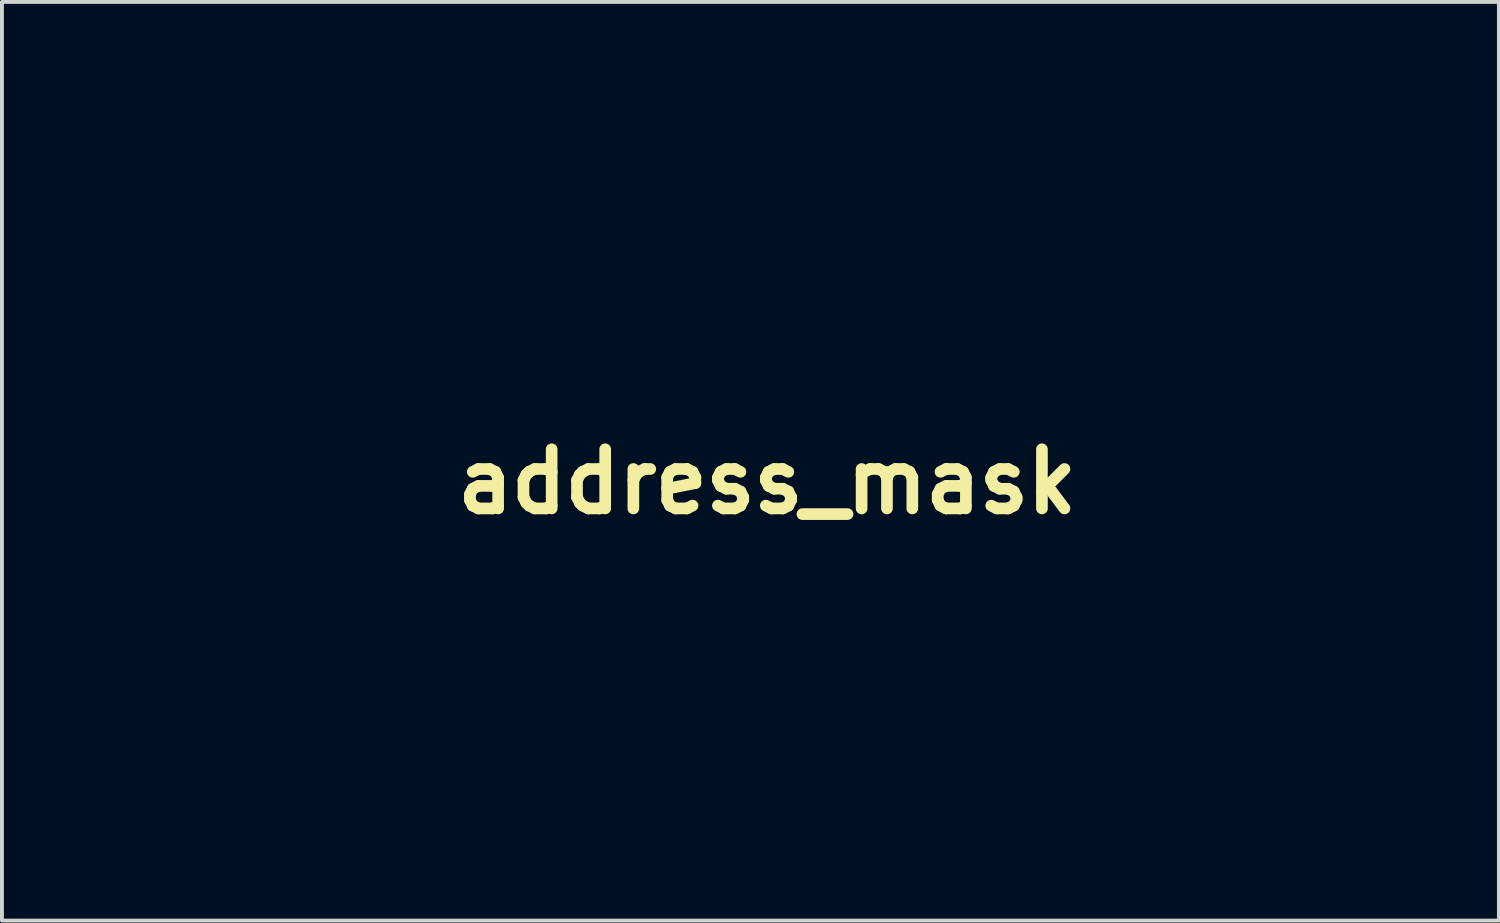
<source format=kicad_pcb>
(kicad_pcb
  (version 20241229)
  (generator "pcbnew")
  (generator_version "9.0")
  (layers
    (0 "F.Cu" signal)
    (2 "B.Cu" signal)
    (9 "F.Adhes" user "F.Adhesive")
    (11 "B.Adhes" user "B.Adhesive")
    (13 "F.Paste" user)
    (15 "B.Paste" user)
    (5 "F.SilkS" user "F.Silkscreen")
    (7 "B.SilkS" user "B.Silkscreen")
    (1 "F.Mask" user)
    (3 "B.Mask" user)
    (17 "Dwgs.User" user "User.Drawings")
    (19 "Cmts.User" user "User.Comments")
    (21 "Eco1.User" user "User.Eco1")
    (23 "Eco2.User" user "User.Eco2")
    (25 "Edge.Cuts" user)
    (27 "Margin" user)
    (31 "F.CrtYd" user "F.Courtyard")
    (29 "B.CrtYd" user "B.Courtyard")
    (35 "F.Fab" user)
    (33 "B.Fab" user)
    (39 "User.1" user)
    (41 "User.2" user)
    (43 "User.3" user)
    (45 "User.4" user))
  (footprint "address_mask"
    (layer "F.Cu")
    (at 16.71 9.356)
    (property "Reference" "address_mask" (at 0 0 0) (layer "F.SilkS") (effects (font (size 1.524 1.524) (thickness 0.3))))
    (attr through_hole)
    (fp_poly (pts (xy -4.974 5.792) (xy -4.926 5.842) (xy -4.909 5.907) (xy -4.927 5.973) (xy -4.964 6.012) (xy -5.032 6.047) (xy -5.088 6.039) (xy -5.136 6) (xy -5.178 5.931) (xy -5.178 5.861) (xy -5.14 5.804) (xy -5.072 5.773) (xy -5.047 5.772) (xy -4.974 5.792)) (stroke (width 0.01) (type solid)) (fill yes) (layer "F.Mask"))
    (fp_poly (pts (xy -10.489 5.781) (xy -10.431 5.821) (xy -10.401 5.889) (xy -10.399 5.912) (xy -10.421 5.971) (xy -10.472 6.024) (xy -10.534 6.051) (xy -10.544 6.051) (xy -10.585 6.035) (xy -10.628 6) (xy -10.672 5.93) (xy -10.668 5.861) (xy -10.632 5.814) (xy -10.561 5.777) (xy -10.489 5.781)) (stroke (width 0.01) (type solid)) (fill yes) (layer "F.Mask"))
    (fp_poly (pts (xy -8.473 6.419) (xy -8.408 6.465) (xy -8.393 6.487) (xy -8.37 6.54) (xy -8.377 6.583) (xy -8.399 6.62) (xy -8.459 6.673) (xy -8.535 6.686) (xy -8.607 6.659) (xy -8.628 6.64) (xy -8.666 6.567) (xy -8.656 6.493) (xy -8.621 6.447) (xy -8.55 6.413) (xy -8.473 6.419)) (stroke (width 0.01) (type solid)) (fill yes) (layer "F.Mask"))
    (fp_poly (pts (xy -2.174 5.781) (xy -2.141 5.802) (xy -2.112 5.862) (xy -2.117 5.936) (xy -2.151 5.999) (xy -2.167 6.012) (xy -2.235 6.047) (xy -2.291 6.039) (xy -2.339 6) (xy -2.377 5.947) (xy -2.39 5.903) (xy -2.368 5.841) (xy -2.313 5.795) (xy -2.242 5.773) (xy -2.174 5.781)) (stroke (width 0.01) (type solid)) (fill yes) (layer "F.Mask"))
    (fp_poly (pts (xy -11.096 0.357) (xy -11.018 0.392) (xy -10.915 0.452) (xy -10.846 0.518) (xy -10.817 0.583) (xy -10.821 0.619) (xy -10.849 0.655) (xy -10.896 0.652) (xy -10.963 0.61) (xy -11.055 0.526) (xy -11.067 0.514) (xy -11.154 0.423) (xy -11.2 0.363) (xy -11.206 0.332) (xy -11.172 0.331) (xy -11.096 0.357)) (stroke (width 0.01) (type solid)) (fill yes) (layer "F.Mask"))
    (fp_poly (pts (xy 7.421 7.412) (xy 7.435 7.43) (xy 7.47 7.513) (xy 7.457 7.589) (xy 7.4 7.645) (xy 7.355 7.665) (xy 7.299 7.664) (xy 7.241 7.624) (xy 7.232 7.616) (xy 7.187 7.556) (xy 7.182 7.501) (xy 7.184 7.494) (xy 7.225 7.422) (xy 7.288 7.381) (xy 7.358 7.377) (xy 7.421 7.412)) (stroke (width 0.01) (type solid)) (fill yes) (layer "F.Mask"))
    (fp_poly (pts (xy -11.337 0.56) (xy -11.261 0.593) (xy -11.187 0.636) (xy -11.147 0.666) (xy -11.087 0.73) (xy -11.065 0.785) (xy -11.065 0.811) (xy -11.082 0.867) (xy -11.118 0.881) (xy -11.174 0.852) (xy -11.252 0.78) (xy -11.302 0.725) (xy -11.366 0.649) (xy -11.413 0.589) (xy -11.437 0.553) (xy -11.437 0.547) (xy -11.401 0.542) (xy -11.337 0.56)) (stroke (width 0.01) (type solid)) (fill yes) (layer "F.Mask"))
    (fp_poly (pts (xy -8.459 7.393) (xy -8.403 7.439) (xy -8.368 7.495) (xy -8.365 7.514) (xy -8.382 7.556) (xy -8.421 7.608) (xy -8.468 7.655) (xy -8.506 7.677) (xy -8.51 7.678) (xy -8.546 7.666) (xy -8.581 7.648) (xy -8.646 7.596) (xy -8.669 7.531) (xy -8.67 7.52) (xy -8.649 7.462) (xy -8.598 7.408) (xy -8.537 7.376) (xy -8.518 7.373) (xy -8.459 7.393)) (stroke (width 0.01) (type solid)) (fill yes) (layer "F.Mask"))
    (fp_poly (pts (xy -1.983 -4.567) (xy -1.905 -4.547) (xy -1.817 -4.516) (xy -1.75 -4.486) (xy -1.649 -4.422) (xy -1.593 -4.354) (xy -1.576 -4.276) (xy -1.594 -4.225) (xy -1.645 -4.211) (xy -1.704 -4.225) (xy -1.747 -4.252) (xy -1.811 -4.302) (xy -1.884 -4.366) (xy -1.956 -4.434) (xy -2.015 -4.497) (xy -2.052 -4.543) (xy -2.059 -4.56) (xy -2.038 -4.572) (xy -1.983 -4.567)) (stroke (width 0.01) (type solid)) (fill yes) (layer "F.Mask"))
    (fp_poly (pts (xy -14.69 6.924) (xy -14.644 6.935) (xy -14.62 6.953) (xy -14.601 6.994) (xy -14.62 7.03) (xy -14.653 7.051) (xy -14.717 7.063) (xy -14.819 7.068) (xy -14.858 7.068) (xy -14.959 7.065) (xy -15.042 7.058) (xy -15.093 7.048) (xy -15.099 7.046) (xy -15.123 7.006) (xy -15.124 6.976) (xy -15.114 6.953) (xy -15.088 6.938) (xy -15.035 6.929) (xy -14.947 6.923) (xy -14.884 6.921) (xy -14.767 6.919) (xy -14.69 6.924)) (stroke (width 0.01) (type solid)) (fill yes) (layer "F.Mask"))
    (fp_poly (pts (xy -10.456 7.023) (xy -10.454 7.213) (xy -10.453 7.36) (xy -10.454 7.467) (xy -10.457 7.543) (xy -10.463 7.593) (xy -10.471 7.624) (xy -10.483 7.641) (xy -10.497 7.651) (xy -10.556 7.661) (xy -10.587 7.646) (xy -10.6 7.631) (xy -10.61 7.606) (xy -10.617 7.564) (xy -10.622 7.498) (xy -10.624 7.403) (xy -10.624 7.271) (xy -10.623 7.098) (xy -10.622 7.017) (xy -10.615 6.42) (xy -10.463 6.42) (xy -10.456 7.023)) (stroke (width 0.01) (type solid)) (fill yes) (layer "F.Mask"))
    (fp_poly (pts (xy -4.964 7.023) (xy -4.962 7.213) (xy -4.961 7.36) (xy -4.962 7.467) (xy -4.965 7.543) (xy -4.971 7.593) (xy -4.979 7.624) (xy -4.991 7.641) (xy -5.005 7.651) (xy -5.064 7.661) (xy -5.095 7.646) (xy -5.108 7.631) (xy -5.118 7.606) (xy -5.125 7.564) (xy -5.13 7.498) (xy -5.132 7.403) (xy -5.132 7.271) (xy -5.131 7.098) (xy -5.13 7.017) (xy -5.123 6.42) (xy -4.971 6.42) (xy -4.964 7.023)) (stroke (width 0.01) (type solid)) (fill yes) (layer "F.Mask"))
    (fp_poly (pts (xy -1.367 6.924) (xy -1.321 6.935) (xy -1.297 6.953) (xy -1.278 6.994) (xy -1.297 7.03) (xy -1.33 7.051) (xy -1.394 7.063) (xy -1.497 7.068) (xy -1.535 7.068) (xy -1.636 7.065) (xy -1.719 7.058) (xy -1.77 7.048) (xy -1.776 7.046) (xy -1.801 7.006) (xy -1.801 6.976) (xy -1.791 6.953) (xy -1.765 6.938) (xy -1.712 6.929) (xy -1.624 6.923) (xy -1.561 6.921) (xy -1.444 6.919) (xy -1.367 6.924)) (stroke (width 0.01) (type solid)) (fill yes) (layer "F.Mask"))
    (fp_poly (pts (xy 6.122 -4.64) (xy 6.193 -4.614) (xy 6.276 -4.576) (xy 6.358 -4.529) (xy 6.429 -4.48) (xy 6.478 -4.432) (xy 6.481 -4.427) (xy 6.525 -4.349) (xy 6.529 -4.29) (xy 6.504 -4.251) (xy 6.461 -4.225) (xy 6.409 -4.235) (xy 6.362 -4.264) (xy 6.318 -4.302) (xy 6.259 -4.363) (xy 6.194 -4.437) (xy 6.131 -4.512) (xy 6.082 -4.577) (xy 6.054 -4.621) (xy 6.051 -4.63) (xy 6.071 -4.647) (xy 6.122 -4.64)) (stroke (width 0.01) (type solid)) (fill yes) (layer "F.Mask"))
    (fp_poly (pts (xy -11.386 -2.868) (xy -11.304 -2.824) (xy -11.214 -2.769) (xy -11.126 -2.706) (xy -11.062 -2.654) (xy -10.966 -2.555) (xy -10.908 -2.466) (xy -10.891 -2.394) (xy -10.908 -2.352) (xy -10.946 -2.32) (xy -10.992 -2.321) (xy -11.059 -2.355) (xy -11.075 -2.365) (xy -11.135 -2.413) (xy -11.206 -2.484) (xy -11.281 -2.569) (xy -11.353 -2.66) (xy -11.416 -2.746) (xy -11.462 -2.82) (xy -11.484 -2.873) (xy -11.482 -2.892) (xy -11.449 -2.892) (xy -11.386 -2.868)) (stroke (width 0.01) (type solid)) (fill yes) (layer "F.Mask"))
    (fp_poly (pts (xy -5.74 -7.854) (xy -5.64 -7.844) (xy -5.579 -7.826) (xy -5.551 -7.796) (xy -5.549 -7.753) (xy -5.555 -7.731) (xy -5.565 -7.709) (xy -5.584 -7.695) (xy -5.622 -7.686) (xy -5.686 -7.681) (xy -5.786 -7.679) (xy -5.899 -7.678) (xy -6.033 -7.679) (xy -6.125 -7.681) (xy -6.184 -7.686) (xy -6.217 -7.696) (xy -6.234 -7.712) (xy -6.243 -7.734) (xy -6.249 -7.781) (xy -6.226 -7.815) (xy -6.171 -7.838) (xy -6.078 -7.851) (xy -5.941 -7.856) (xy -5.884 -7.856) (xy -5.74 -7.854)) (stroke (width 0.01) (type solid)) (fill yes) (layer "F.Mask"))
    (fp_poly (pts (xy -0.769 6.705) (xy -0.767 6.946) (xy -0.766 7.141) (xy -0.766 7.295) (xy -0.767 7.413) (xy -0.77 7.501) (xy -0.774 7.563) (xy -0.78 7.604) (xy -0.788 7.629) (xy -0.798 7.643) (xy -0.81 7.651) (xy -0.869 7.661) (xy -0.899 7.646) (xy -0.911 7.634) (xy -0.919 7.612) (xy -0.926 7.577) (xy -0.931 7.521) (xy -0.935 7.442) (xy -0.936 7.333) (xy -0.937 7.19) (xy -0.937 7.007) (xy -0.935 6.78) (xy -0.935 6.7) (xy -0.928 5.784) (xy -0.775 5.784) (xy -0.769 6.705)) (stroke (width 0.01) (type solid)) (fill yes) (layer "F.Mask"))
    (fp_poly (pts (xy 14.085 -3.072) (xy 14.146 -3.066) (xy 14.182 -3.055) (xy 14.203 -3.038) (xy 14.205 -3.036) (xy 14.222 -2.979) (xy 14.211 -2.946) (xy 14.195 -2.926) (xy 14.167 -2.912) (xy 14.117 -2.904) (xy 14.037 -2.9) (xy 13.918 -2.899) (xy 13.885 -2.898) (xy 13.746 -2.9) (xy 13.651 -2.905) (xy 13.591 -2.915) (xy 13.558 -2.93) (xy 13.553 -2.935) (xy 13.531 -2.99) (xy 13.531 -3.018) (xy 13.54 -3.037) (xy 13.563 -3.051) (xy 13.608 -3.06) (xy 13.685 -3.066) (xy 13.8 -3.07) (xy 13.857 -3.071) (xy 13.992 -3.073) (xy 14.085 -3.072)) (stroke (width 0.01) (type solid)) (fill yes) (layer "F.Mask"))
    (fp_poly (pts (xy -12.784 -2.879) (xy -12.731 -2.848) (xy -12.675 -2.802) (xy -12.63 -2.754) (xy -12.612 -2.717) (xy -12.631 -2.678) (xy -12.682 -2.616) (xy -12.758 -2.541) (xy -12.85 -2.459) (xy -12.949 -2.379) (xy -13.048 -2.308) (xy -13.05 -2.306) (xy -13.135 -2.251) (xy -13.186 -2.222) (xy -13.212 -2.215) (xy -13.221 -2.228) (xy -13.221 -2.234) (xy -13.206 -2.263) (xy -13.165 -2.317) (xy -13.118 -2.373) (xy -13.047 -2.461) (xy -12.976 -2.561) (xy -12.914 -2.66) (xy -12.867 -2.747) (xy -12.842 -2.811) (xy -12.84 -2.826) (xy -12.829 -2.871) (xy -12.818 -2.884) (xy -12.784 -2.879)) (stroke (width 0.01) (type solid)) (fill yes) (layer "F.Mask"))
    (fp_poly (pts (xy -2.174 6.42) (xy -2.167 7.023) (xy -2.165 7.214) (xy -2.165 7.36) (xy -2.166 7.468) (xy -2.169 7.544) (xy -2.174 7.594) (xy -2.183 7.625) (xy -2.195 7.642) (xy -2.206 7.65) (xy -2.271 7.659) (xy -2.295 7.65) (xy -2.31 7.638) (xy -2.32 7.615) (xy -2.328 7.576) (xy -2.333 7.513) (xy -2.337 7.421) (xy -2.338 7.293) (xy -2.339 7.124) (xy -2.339 7.048) (xy -2.338 6.88) (xy -2.335 6.729) (xy -2.331 6.601) (xy -2.326 6.505) (xy -2.32 6.448) (xy -2.317 6.437) (xy -2.277 6.414) (xy -2.235 6.411) (xy -2.174 6.42)) (stroke (width 0.01) (type solid)) (fill yes) (layer "F.Mask"))
    (fp_poly (pts (xy -9.927 5.778) (xy -9.908 5.798) (xy -9.893 5.836) (xy -9.882 5.897) (xy -9.875 5.985) (xy -9.87 6.106) (xy -9.867 6.264) (xy -9.865 6.463) (xy -9.865 6.708) (xy -9.865 6.715) (xy -9.866 6.92) (xy -9.867 7.11) (xy -9.869 7.279) (xy -9.871 7.42) (xy -9.874 7.527) (xy -9.878 7.593) (xy -9.88 7.613) (xy -9.917 7.644) (xy -9.97 7.653) (xy -10.044 7.653) (xy -10.037 6.719) (xy -10.035 6.476) (xy -10.033 6.28) (xy -10.031 6.124) (xy -10.028 6.005) (xy -10.025 5.917) (xy -10.02 5.856) (xy -10.013 5.816) (xy -10.005 5.792) (xy -9.995 5.781) (xy -9.983 5.776) (xy -9.981 5.776) (xy -9.951 5.772) (xy -9.927 5.778)) (stroke (width 0.01) (type solid)) (fill yes) (layer "F.Mask"))
    (fp_poly (pts (xy -9.68 0.704) (xy -9.628 0.724) (xy -9.55 0.765) (xy -9.5 0.806) (xy -9.474 0.859) (xy -9.468 0.934) (xy -9.476 1.044) (xy -9.483 1.098) (xy -9.534 1.409) (xy -9.607 1.691) (xy -9.698 1.94) (xy -9.808 2.15) (xy -9.933 2.315) (xy -9.935 2.318) (xy -10.008 2.388) (xy -10.067 2.432) (xy -10.107 2.444) (xy -10.119 2.425) (xy -10.107 2.398) (xy -10.075 2.337) (xy -10.029 2.252) (xy -9.993 2.19) (xy -9.869 1.931) (xy -9.779 1.646) (xy -9.72 1.326) (xy -9.714 1.28) (xy -9.7 1.137) (xy -9.697 1.028) (xy -9.705 0.94) (xy -9.726 0.857) (xy -9.744 0.806) (xy -9.758 0.736) (xy -9.736 0.702) (xy -9.68 0.704)) (stroke (width 0.01) (type solid)) (fill yes) (layer "F.Mask"))
    (fp_poly (pts (xy -13.924 -9.304) (xy -13.722 -9.303) (xy -13.533 -9.302) (xy -13.363 -9.3) (xy -13.219 -9.297) (xy -13.106 -9.294) (xy -13.032 -9.29) (xy -13.003 -9.286) (xy -12.964 -9.231) (xy -12.963 -9.155) (xy -12.969 -9.134) (xy -12.991 -9.077) (xy -14.135 -9.077) (xy -14.406 -9.077) (xy -14.631 -9.077) (xy -14.813 -9.078) (xy -14.959 -9.08) (xy -15.071 -9.082) (xy -15.155 -9.085) (xy -15.215 -9.09) (xy -15.255 -9.096) (xy -15.28 -9.103) (xy -15.295 -9.112) (xy -15.304 -9.123) (xy -15.305 -9.126) (xy -15.318 -9.195) (xy -15.295 -9.261) (xy -15.27 -9.286) (xy -15.239 -9.291) (xy -15.163 -9.294) (xy -15.05 -9.297) (xy -14.904 -9.3) (xy -14.733 -9.302) (xy -14.544 -9.303) (xy -14.341 -9.304) (xy -14.133 -9.305) (xy -13.924 -9.304)) (stroke (width 0.01) (type solid)) (fill yes) (layer "F.Mask"))
    (fp_poly (pts (xy -5.143 0.528) (xy -5.119 0.535) (xy -5.053 0.568) (xy -4.995 0.61) (xy -4.962 0.647) (xy -4.958 0.659) (xy -4.964 0.685) (xy -4.985 0.706) (xy -5.026 0.723) (xy -5.095 0.737) (xy -5.196 0.75) (xy -5.336 0.763) (xy -5.5 0.776) (xy -5.668 0.789) (xy -5.831 0.803) (xy -5.977 0.817) (xy -6.096 0.829) (xy -6.172 0.839) (xy -6.3 0.856) (xy -6.388 0.862) (xy -6.449 0.856) (xy -6.494 0.836) (xy -6.533 0.8) (xy -6.549 0.782) (xy -6.619 0.699) (xy -6.468 0.681) (xy -6.393 0.673) (xy -6.278 0.662) (xy -6.137 0.648) (xy -5.981 0.633) (xy -5.863 0.623) (xy -5.708 0.607) (xy -5.562 0.59) (xy -5.437 0.572) (xy -5.344 0.556) (xy -5.3 0.545) (xy -5.212 0.523) (xy -5.143 0.528)) (stroke (width 0.01) (type solid)) (fill yes) (layer "F.Mask"))
    (fp_poly (pts (xy -11.483 -9.324) (xy -11.441 -9.306) (xy -11.432 -9.275) (xy -11.423 -9.2) (xy -11.416 -9.085) (xy -11.41 -8.939) (xy -11.405 -8.767) (xy -11.401 -8.574) (xy -11.399 -8.368) (xy -11.398 -8.155) (xy -11.399 -7.94) (xy -11.4 -7.731) (xy -11.403 -7.532) (xy -11.408 -7.351) (xy -11.413 -7.193) (xy -11.42 -7.065) (xy -11.428 -6.972) (xy -11.437 -6.922) (xy -11.441 -6.915) (xy -11.511 -6.892) (xy -11.582 -6.901) (xy -11.614 -6.921) (xy -11.622 -6.953) (xy -11.629 -7.03) (xy -11.634 -7.146) (xy -11.639 -7.293) (xy -11.642 -7.467) (xy -11.645 -7.66) (xy -11.647 -7.866) (xy -11.647 -8.08) (xy -11.647 -8.294) (xy -11.646 -8.503) (xy -11.643 -8.701) (xy -11.64 -8.881) (xy -11.636 -9.036) (xy -11.63 -9.161) (xy -11.624 -9.25) (xy -11.617 -9.296) (xy -11.614 -9.301) (xy -11.556 -9.327) (xy -11.483 -9.324)) (stroke (width 0.01) (type solid)) (fill yes) (layer "F.Mask"))
    (fp_poly (pts (xy 9.819 6.404) (xy 9.841 6.422) (xy 9.861 6.473) (xy 9.834 6.518) (xy 9.764 6.551) (xy 9.699 6.565) (xy 9.567 6.601) (xy 9.468 6.67) (xy 9.395 6.778) (xy 9.374 6.826) (xy 9.359 6.882) (xy 9.349 6.956) (xy 9.342 7.059) (xy 9.337 7.199) (xy 9.336 7.259) (xy 9.33 7.424) (xy 9.322 7.543) (xy 9.31 7.622) (xy 9.291 7.665) (xy 9.264 7.679) (xy 9.228 7.668) (xy 9.21 7.657) (xy 9.199 7.639) (xy 9.192 7.596) (xy 9.186 7.523) (xy 9.183 7.415) (xy 9.183 7.267) (xy 9.184 7.075) (xy 9.184 7.028) (xy 9.191 6.42) (xy 9.255 6.42) (xy 9.296 6.426) (xy 9.317 6.454) (xy 9.329 6.516) (xy 9.331 6.531) (xy 9.344 6.641) (xy 9.404 6.56) (xy 9.475 6.488) (xy 9.565 6.432) (xy 9.661 6.397) (xy 9.75 6.386) (xy 9.819 6.404)) (stroke (width 0.01) (type solid)) (fill yes) (layer "F.Mask"))
    (fp_poly (pts (xy -7.374 -9.316) (xy -7.353 -9.301) (xy -7.345 -9.268) (xy -7.339 -9.191) (xy -7.333 -9.076) (xy -7.329 -8.928) (xy -7.325 -8.755) (xy -7.322 -8.562) (xy -7.321 -8.355) (xy -7.32 -8.142) (xy -7.32 -7.927) (xy -7.322 -7.718) (xy -7.324 -7.521) (xy -7.327 -7.341) (xy -7.332 -7.185) (xy -7.337 -7.06) (xy -7.343 -6.971) (xy -7.351 -6.925) (xy -7.353 -6.921) (xy -7.408 -6.895) (xy -7.48 -6.893) (xy -7.54 -6.915) (xy -7.546 -6.921) (xy -7.553 -6.953) (xy -7.56 -7.029) (xy -7.565 -7.144) (xy -7.569 -7.291) (xy -7.573 -7.463) (xy -7.576 -7.656) (xy -7.577 -7.861) (xy -7.578 -8.074) (xy -7.578 -8.287) (xy -7.577 -8.495) (xy -7.575 -8.692) (xy -7.573 -8.87) (xy -7.569 -9.025) (xy -7.564 -9.148) (xy -7.558 -9.235) (xy -7.551 -9.28) (xy -7.55 -9.282) (xy -7.506 -9.319) (xy -7.439 -9.331) (xy -7.374 -9.316)) (stroke (width 0.01) (type solid)) (fill yes) (layer "F.Mask"))
    (fp_poly (pts (xy 1.808 -9.327) (xy 1.865 -9.301) (xy 1.881 -9.282) (xy 1.888 -9.243) (xy 1.894 -9.154) (xy 1.899 -9.017) (xy 1.902 -8.834) (xy 1.905 -8.605) (xy 1.907 -8.333) (xy 1.907 -8.101) (xy 1.907 -7.829) (xy 1.906 -7.602) (xy 1.905 -7.418) (xy 1.903 -7.271) (xy 1.9 -7.158) (xy 1.896 -7.073) (xy 1.891 -7.012) (xy 1.885 -6.971) (xy 1.877 -6.945) (xy 1.867 -6.931) (xy 1.867 -6.93) (xy 1.805 -6.896) (xy 1.733 -6.895) (xy 1.683 -6.921) (xy 1.676 -6.953) (xy 1.669 -7.03) (xy 1.663 -7.146) (xy 1.659 -7.293) (xy 1.655 -7.467) (xy 1.653 -7.66) (xy 1.651 -7.866) (xy 1.65 -8.08) (xy 1.651 -8.294) (xy 1.652 -8.503) (xy 1.654 -8.701) (xy 1.658 -8.881) (xy 1.662 -9.036) (xy 1.667 -9.161) (xy 1.674 -9.25) (xy 1.681 -9.296) (xy 1.683 -9.301) (xy 1.74 -9.328) (xy 1.808 -9.327)) (stroke (width 0.01) (type solid)) (fill yes) (layer "F.Mask"))
    (fp_poly (pts (xy -4.728 1.929) (xy -4.673 1.935) (xy -4.667 1.937) (xy -4.606 1.977) (xy -4.544 2.031) (xy -4.496 2.084) (xy -4.475 2.124) (xy -4.475 2.125) (xy -4.497 2.16) (xy -4.547 2.179) (xy -4.599 2.176) (xy -4.64 2.169) (xy -4.719 2.159) (xy -4.826 2.147) (xy -4.939 2.137) (xy -5.126 2.126) (xy -5.351 2.125) (xy -5.604 2.131) (xy -5.872 2.146) (xy -6.144 2.167) (xy -6.409 2.195) (xy -6.546 2.213) (xy -6.674 2.231) (xy -6.783 2.246) (xy -6.863 2.257) (xy -6.905 2.262) (xy -6.909 2.263) (xy -6.93 2.247) (xy -6.977 2.207) (xy -7.011 2.176) (xy -7.106 2.089) (xy -7.017 2.074) (xy -6.902 2.058) (xy -6.753 2.041) (xy -6.577 2.024) (xy -6.381 2.007) (xy -6.17 1.99) (xy -5.951 1.975) (xy -5.731 1.961) (xy -5.515 1.949) (xy -5.31 1.939) (xy -5.123 1.932) (xy -4.959 1.928) (xy -4.825 1.926) (xy -4.728 1.929)) (stroke (width 0.01) (type solid)) (fill yes) (layer "F.Mask"))
    (fp_poly (pts (xy -3.949 6.397) (xy -3.915 6.408) (xy -3.904 6.438) (xy -3.903 6.47) (xy -3.907 6.517) (xy -3.928 6.542) (xy -3.98 6.557) (xy -4.022 6.563) (xy -4.167 6.602) (xy -4.275 6.673) (xy -4.348 6.777) (xy -4.369 6.826) (xy -4.383 6.88) (xy -4.392 6.951) (xy -4.397 7.047) (xy -4.398 7.18) (xy -4.399 7.253) (xy -4.399 7.399) (xy -4.401 7.503) (xy -4.406 7.572) (xy -4.415 7.614) (xy -4.428 7.638) (xy -4.446 7.651) (xy -4.505 7.661) (xy -4.535 7.646) (xy -4.549 7.631) (xy -4.559 7.606) (xy -4.566 7.564) (xy -4.571 7.498) (xy -4.573 7.403) (xy -4.573 7.271) (xy -4.572 7.098) (xy -4.571 7.017) (xy -4.564 6.42) (xy -4.488 6.42) (xy -4.44 6.424) (xy -4.415 6.446) (xy -4.403 6.499) (xy -4.399 6.532) (xy -4.39 6.6) (xy -4.381 6.623) (xy -4.366 6.607) (xy -4.353 6.583) (xy -4.281 6.496) (xy -4.176 6.431) (xy -4.056 6.398) (xy -4.021 6.396) (xy -3.949 6.397)) (stroke (width 0.01) (type solid)) (fill yes) (layer "F.Mask"))
    (fp_poly (pts (xy 8.506 6.424) (xy 8.639 6.501) (xy 8.746 6.617) (xy 8.778 6.669) (xy 8.806 6.729) (xy 8.823 6.791) (xy 8.832 6.872) (xy 8.835 6.984) (xy 8.835 7.03) (xy 8.829 7.196) (xy 8.806 7.324) (xy 8.763 7.427) (xy 8.696 7.514) (xy 8.666 7.544) (xy 8.547 7.623) (xy 8.403 7.668) (xy 8.249 7.677) (xy 8.1 7.649) (xy 8.04 7.624) (xy 7.914 7.535) (xy 7.819 7.408) (xy 7.756 7.25) (xy 7.731 7.075) (xy 7.911 7.075) (xy 7.913 7.102) (xy 7.94 7.26) (xy 7.992 7.379) (xy 8.073 7.463) (xy 8.093 7.476) (xy 8.204 7.517) (xy 8.33 7.523) (xy 8.449 7.494) (xy 8.487 7.474) (xy 8.578 7.39) (xy 8.638 7.266) (xy 8.666 7.104) (xy 8.669 7.03) (xy 8.653 6.853) (xy 8.607 6.714) (xy 8.53 6.615) (xy 8.425 6.557) (xy 8.291 6.54) (xy 8.269 6.541) (xy 8.137 6.573) (xy 8.034 6.646) (xy 7.96 6.756) (xy 7.919 6.9) (xy 7.911 7.075) (xy 7.731 7.075) (xy 7.73 7.067) (xy 7.729 7.032) (xy 7.749 6.838) (xy 7.807 6.675) (xy 7.902 6.545) (xy 8.035 6.45) (xy 8.042 6.446) (xy 8.199 6.394) (xy 8.356 6.387) (xy 8.506 6.424)) (stroke (width 0.01) (type solid)) (fill yes) (layer "F.Mask"))
    (fp_poly (pts (xy -13.904 -8.669) (xy -13.686 -8.668) (xy -13.49 -8.666) (xy -13.319 -8.663) (xy -13.18 -8.66) (xy -13.078 -8.657) (xy -13.017 -8.653) (xy -13.003 -8.651) (xy -12.964 -8.595) (xy -12.963 -8.519) (xy -12.969 -8.498) (xy -12.978 -8.479) (xy -12.992 -8.465) (xy -13.017 -8.454) (xy -13.062 -8.448) (xy -13.132 -8.444) (xy -13.235 -8.442) (xy -13.377 -8.441) (xy -13.5 -8.441) (xy -14.009 -8.441) (xy -14.009 -7.728) (xy -14.01 -7.503) (xy -14.013 -7.312) (xy -14.018 -7.159) (xy -14.024 -7.047) (xy -14.031 -6.98) (xy -14.036 -6.965) (xy -14.081 -6.928) (xy -14.147 -6.916) (xy -14.212 -6.931) (xy -14.233 -6.946) (xy -14.243 -6.972) (xy -14.25 -7.029) (xy -14.256 -7.121) (xy -14.26 -7.252) (xy -14.263 -7.426) (xy -14.264 -7.647) (xy -14.264 -7.709) (xy -14.264 -8.441) (xy -14.771 -8.441) (xy -14.945 -8.442) (xy -15.074 -8.443) (xy -15.166 -8.446) (xy -15.228 -8.451) (xy -15.267 -8.459) (xy -15.29 -8.471) (xy -15.303 -8.486) (xy -15.305 -8.49) (xy -15.318 -8.559) (xy -15.295 -8.626) (xy -15.27 -8.651) (xy -15.239 -8.655) (xy -15.163 -8.658) (xy -15.047 -8.661) (xy -14.896 -8.664) (xy -14.716 -8.667) (xy -14.511 -8.668) (xy -14.288 -8.669) (xy -14.137 -8.669) (xy -13.904 -8.669)) (stroke (width 0.01) (type solid)) (fill yes) (layer "F.Mask"))
    (fp_poly (pts (xy -12.082 -4.693) (xy -11.983 -4.654) (xy -11.979 -4.652) (xy -11.912 -4.618) (xy -11.884 -4.59) (xy -11.883 -4.556) (xy -11.887 -4.545) (xy -11.901 -4.484) (xy -11.914 -4.4) (xy -11.917 -4.372) (xy -11.929 -4.257) (xy -11.653 -4.276) (xy -11.512 -4.287) (xy -11.362 -4.301) (xy -11.228 -4.316) (xy -11.174 -4.323) (xy -11.034 -4.337) (xy -10.932 -4.331) (xy -10.859 -4.306) (xy -10.808 -4.262) (xy -10.785 -4.229) (xy -10.779 -4.203) (xy -10.794 -4.184) (xy -10.836 -4.169) (xy -10.91 -4.158) (xy -11.02 -4.149) (xy -11.172 -4.143) (xy -11.369 -4.136) (xy -11.369 -4.136) (xy -11.545 -4.13) (xy -11.745 -4.119) (xy -11.959 -4.106) (xy -12.18 -4.09) (xy -12.397 -4.073) (xy -12.601 -4.055) (xy -12.783 -4.037) (xy -12.935 -4.02) (xy -13.046 -4.004) (xy -13.058 -4.002) (xy -13.115 -3.999) (xy -13.16 -4.022) (xy -13.208 -4.072) (xy -13.28 -4.157) (xy -12.736 -4.199) (xy -12.573 -4.212) (xy -12.427 -4.223) (xy -12.304 -4.233) (xy -12.214 -4.239) (xy -12.163 -4.243) (xy -12.157 -4.244) (xy -12.138 -4.257) (xy -12.131 -4.298) (xy -12.134 -4.379) (xy -12.136 -4.405) (xy -12.146 -4.502) (xy -12.159 -4.589) (xy -12.167 -4.634) (xy -12.17 -4.683) (xy -12.143 -4.703) (xy -12.082 -4.693)) (stroke (width 0.01) (type solid)) (fill yes) (layer "F.Mask"))
    (fp_poly (pts (xy -2.78 0.3) (xy -2.729 0.321) (xy -2.641 0.363) (xy -2.658 0.525) (xy -2.665 0.625) (xy -2.659 0.677) (xy -2.648 0.686) (xy -2.611 0.678) (xy -2.543 0.656) (xy -2.481 0.634) (xy -2.392 0.605) (xy -2.334 0.597) (xy -2.29 0.609) (xy -2.288 0.61) (xy -2.24 0.649) (xy -2.242 0.686) (xy -2.295 0.72) (xy -2.398 0.753) (xy -2.462 0.767) (xy -2.56 0.787) (xy -2.637 0.806) (xy -2.68 0.818) (xy -2.686 0.821) (xy -2.69 0.85) (xy -2.692 0.917) (xy -2.691 1.008) (xy -2.69 1.027) (xy -2.682 1.222) (xy -2.469 1.119) (xy -2.349 1.063) (xy -2.271 1.035) (xy -2.237 1.034) (xy -2.245 1.059) (xy -2.297 1.111) (xy -2.391 1.19) (xy -2.475 1.255) (xy -2.566 1.322) (xy -2.65 1.383) (xy -2.712 1.427) (xy -2.726 1.436) (xy -2.772 1.462) (xy -2.801 1.459) (xy -2.83 1.42) (xy -2.846 1.396) (xy -2.878 1.328) (xy -2.873 1.284) (xy -2.87 1.281) (xy -2.862 1.246) (xy -2.857 1.17) (xy -2.853 1.064) (xy -2.852 0.937) (xy -2.853 0.801) (xy -2.856 0.664) (xy -2.861 0.538) (xy -2.867 0.432) (xy -2.875 0.356) (xy -2.883 0.324) (xy -2.886 0.289) (xy -2.85 0.28) (xy -2.78 0.3)) (stroke (width 0.01) (type solid)) (fill yes) (layer "F.Mask"))
    (fp_poly (pts (xy -8.914 0.342) (xy -8.843 0.372) (xy -8.772 0.409) (xy -8.721 0.444) (xy -8.709 0.457) (xy -8.704 0.493) (xy -8.708 0.565) (xy -8.718 0.659) (xy -8.721 0.68) (xy -8.729 0.77) (xy -8.736 0.903) (xy -8.74 1.071) (xy -8.742 1.266) (xy -8.742 1.48) (xy -8.741 1.545) (xy -8.734 2.212) (xy -8.556 2.094) (xy -8.475 2.034) (xy -8.369 1.946) (xy -8.251 1.842) (xy -8.131 1.73) (xy -8.075 1.675) (xy -7.943 1.546) (xy -7.844 1.456) (xy -7.777 1.404) (xy -7.744 1.391) (xy -7.742 1.416) (xy -7.773 1.48) (xy -7.835 1.581) (xy -7.887 1.659) (xy -8.026 1.842) (xy -8.2 2.03) (xy -8.394 2.21) (xy -8.507 2.303) (xy -8.597 2.375) (xy -8.674 2.439) (xy -8.728 2.486) (xy -8.746 2.503) (xy -8.802 2.539) (xy -8.867 2.528) (xy -8.909 2.494) (xy -8.921 2.478) (xy -8.93 2.453) (xy -8.937 2.416) (xy -8.943 2.36) (xy -8.948 2.28) (xy -8.951 2.173) (xy -8.954 2.033) (xy -8.956 1.855) (xy -8.958 1.635) (xy -8.959 1.458) (xy -8.961 1.236) (xy -8.964 1.028) (xy -8.967 0.84) (xy -8.971 0.677) (xy -8.976 0.546) (xy -8.98 0.454) (xy -8.985 0.404) (xy -8.986 0.4) (xy -8.995 0.35) (xy -8.978 0.332) (xy -8.964 0.331) (xy -8.914 0.342)) (stroke (width 0.01) (type solid)) (fill yes) (layer "F.Mask"))
    (fp_poly (pts (xy -16 5.776) (xy -15.916 5.777) (xy -15.421 5.784) (xy -15.412 5.854) (xy -15.409 5.907) (xy -15.412 5.929) (xy -15.439 5.931) (xy -15.509 5.934) (xy -15.614 5.938) (xy -15.747 5.943) (xy -15.901 5.947) (xy -15.942 5.948) (xy -16.463 5.962) (xy -16.477 6.584) (xy -16.063 6.591) (xy -15.649 6.598) (xy -15.649 6.725) (xy -16.063 6.732) (xy -16.477 6.739) (xy -16.463 7.462) (xy -15.937 7.475) (xy -15.742 7.481) (xy -15.592 7.487) (xy -15.484 7.497) (xy -15.412 7.509) (xy -15.371 7.526) (xy -15.356 7.548) (xy -15.362 7.577) (xy -15.373 7.597) (xy -15.387 7.611) (xy -15.412 7.622) (xy -15.454 7.63) (xy -15.521 7.636) (xy -15.618 7.641) (xy -15.753 7.644) (xy -15.931 7.646) (xy -15.957 7.646) (xy -16.179 7.647) (xy -16.352 7.645) (xy -16.475 7.639) (xy -16.547 7.63) (xy -16.565 7.624) (xy -16.596 7.606) (xy -16.62 7.586) (xy -16.64 7.558) (xy -16.654 7.518) (xy -16.665 7.459) (xy -16.672 7.376) (xy -16.676 7.264) (xy -16.678 7.117) (xy -16.679 6.93) (xy -16.679 6.707) (xy -16.679 6.483) (xy -16.678 6.303) (xy -16.677 6.164) (xy -16.674 6.059) (xy -16.67 5.982) (xy -16.664 5.929) (xy -16.656 5.893) (xy -16.646 5.87) (xy -16.633 5.853) (xy -16.63 5.849) (xy -16.598 5.824) (xy -16.559 5.804) (xy -16.504 5.79) (xy -16.427 5.781) (xy -16.322 5.776) (xy -16.182 5.774) (xy -16 5.776)) (stroke (width 0.01) (type solid)) (fill yes) (layer "F.Mask"))
    (fp_poly (pts (xy 4.435 -4.103) (xy 4.498 -4.065) (xy 4.551 -4.017) (xy 4.576 -3.973) (xy 4.577 -3.969) (xy 4.563 -3.919) (xy 4.526 -3.837) (xy 4.471 -3.734) (xy 4.403 -3.62) (xy 4.329 -3.505) (xy 4.323 -3.496) (xy 4.28 -3.429) (xy 4.254 -3.378) (xy 4.251 -3.359) (xy 4.272 -3.334) (xy 4.323 -3.285) (xy 4.39 -3.223) (xy 4.398 -3.216) (xy 4.549 -3.073) (xy 4.653 -2.953) (xy 4.711 -2.853) (xy 4.723 -2.775) (xy 4.69 -2.72) (xy 4.67 -2.712) (xy 4.643 -2.721) (xy 4.601 -2.752) (xy 4.54 -2.809) (xy 4.454 -2.897) (xy 4.397 -2.956) (xy 4.143 -3.224) (xy 3.946 -3.029) (xy 3.84 -2.931) (xy 3.726 -2.835) (xy 3.611 -2.747) (xy 3.505 -2.674) (xy 3.416 -2.622) (xy 3.352 -2.596) (xy 3.338 -2.595) (xy 3.324 -2.606) (xy 3.35 -2.64) (xy 3.407 -2.69) (xy 3.643 -2.898) (xy 3.833 -3.096) (xy 3.898 -3.175) (xy 4.015 -3.323) (xy 3.933 -3.399) (xy 3.875 -3.451) (xy 3.792 -3.52) (xy 3.699 -3.596) (xy 3.669 -3.619) (xy 3.557 -3.71) (xy 3.488 -3.772) (xy 3.46 -3.807) (xy 3.474 -3.814) (xy 3.531 -3.793) (xy 3.63 -3.743) (xy 3.678 -3.717) (xy 3.784 -3.656) (xy 3.891 -3.591) (xy 3.976 -3.536) (xy 4.042 -3.493) (xy 4.091 -3.467) (xy 4.107 -3.463) (xy 4.122 -3.488) (xy 4.155 -3.549) (xy 4.199 -3.635) (xy 4.232 -3.699) (xy 4.303 -3.852) (xy 4.341 -3.968) (xy 4.348 -4.022) (xy 4.355 -4.091) (xy 4.377 -4.119) (xy 4.38 -4.119) (xy 4.435 -4.103)) (stroke (width 0.01) (type solid)) (fill yes) (layer "F.Mask"))
    (fp_poly (pts (xy -3.206 -4.588) (xy -3.146 -4.553) (xy -3.082 -4.507) (xy -3.028 -4.462) (xy -3.001 -4.429) (xy -3 -4.424) (xy -3.011 -4.394) (xy -3.041 -4.327) (xy -3.087 -4.231) (xy -3.145 -4.114) (xy -3.189 -4.024) (xy -3.259 -3.885) (xy -3.308 -3.784) (xy -3.339 -3.714) (xy -3.355 -3.666) (xy -3.357 -3.633) (xy -3.35 -3.607) (xy -3.336 -3.585) (xy -3.323 -3.561) (xy -3.313 -3.528) (xy -3.306 -3.48) (xy -3.302 -3.411) (xy -3.299 -3.315) (xy -3.298 -3.186) (xy -3.299 -3.017) (xy -3.301 -2.835) (xy -3.304 -2.65) (xy -3.307 -2.48) (xy -3.311 -2.332) (xy -3.315 -2.213) (xy -3.319 -2.13) (xy -3.323 -2.091) (xy -3.353 -2.045) (xy -3.403 -2.035) (xy -3.454 -2.059) (xy -3.481 -2.094) (xy -3.495 -2.122) (xy -3.505 -2.15) (xy -3.51 -2.188) (xy -3.512 -2.242) (xy -3.509 -2.32) (xy -3.503 -2.429) (xy -3.493 -2.578) (xy -3.487 -2.67) (xy -3.474 -2.876) (xy -3.465 -3.061) (xy -3.46 -3.219) (xy -3.46 -3.345) (xy -3.464 -3.433) (xy -3.472 -3.478) (xy -3.477 -3.483) (xy -3.502 -3.464) (xy -3.541 -3.416) (xy -3.552 -3.4) (xy -3.599 -3.339) (xy -3.66 -3.271) (xy -3.725 -3.204) (xy -3.786 -3.147) (xy -3.834 -3.108) (xy -3.862 -3.095) (xy -3.865 -3.1) (xy -3.852 -3.135) (xy -3.817 -3.202) (xy -3.766 -3.292) (xy -3.712 -3.381) (xy -3.599 -3.576) (xy -3.497 -3.773) (xy -3.41 -3.963) (xy -3.341 -4.14) (xy -3.292 -4.297) (xy -3.266 -4.426) (xy -3.266 -4.521) (xy -3.267 -4.527) (xy -3.273 -4.582) (xy -3.254 -4.602) (xy -3.248 -4.602) (xy -3.206 -4.588)) (stroke (width 0.01) (type solid)) (fill yes) (layer "F.Mask"))
    (fp_poly (pts (xy -1.957 0.169) (xy -1.901 0.196) (xy -1.863 0.22) (xy -1.839 0.244) (xy -1.826 0.278) (xy -1.824 0.333) (xy -1.831 0.419) (xy -1.844 0.54) (xy -1.851 0.633) (xy -1.849 0.693) (xy -1.84 0.712) (xy -1.803 0.694) (xy -1.747 0.647) (xy -1.682 0.583) (xy -1.621 0.515) (xy -1.573 0.454) (xy -1.551 0.411) (xy -1.551 0.407) (xy -1.536 0.365) (xy -1.495 0.362) (xy -1.43 0.399) (xy -1.395 0.428) (xy -1.343 0.486) (xy -1.332 0.528) (xy -1.334 0.532) (xy -1.364 0.556) (xy -1.429 0.595) (xy -1.515 0.641) (xy -1.609 0.688) (xy -1.699 0.73) (xy -1.773 0.76) (xy -1.803 0.769) (xy -1.832 0.783) (xy -1.848 0.811) (xy -1.855 0.868) (xy -1.856 0.95) (xy -1.854 1.043) (xy -1.845 1.099) (xy -1.825 1.134) (xy -1.792 1.16) (xy -1.737 1.185) (xy -1.666 1.191) (xy -1.586 1.185) (xy -1.44 1.156) (xy -1.34 1.107) (xy -1.285 1.038) (xy -1.272 0.974) (xy -1.262 0.919) (xy -1.237 0.911) (xy -1.199 0.949) (xy -1.174 0.99) (xy -1.127 1.09) (xy -1.12 1.163) (xy -1.152 1.217) (xy -1.227 1.259) (xy -1.321 1.286) (xy -1.443 1.305) (xy -1.575 1.314) (xy -1.703 1.314) (xy -1.81 1.304) (xy -1.873 1.287) (xy -1.937 1.247) (xy -1.98 1.201) (xy -1.981 1.199) (xy -1.992 1.153) (xy -2 1.064) (xy -2.006 0.938) (xy -2.008 0.782) (xy -2.009 0.728) (xy -2.01 0.582) (xy -2.014 0.45) (xy -2.02 0.341) (xy -2.028 0.267) (xy -2.034 0.242) (xy -2.042 0.185) (xy -2.015 0.16) (xy -1.957 0.169)) (stroke (width 0.01) (type solid)) (fill yes) (layer "F.Mask"))
    (fp_poly (pts (xy 1.014 5.777) (xy 1.081 5.784) (xy 1.088 6.198) (xy 1.095 6.611) (xy 1.182 6.523) (xy 1.303 6.435) (xy 1.439 6.391) (xy 1.581 6.39) (xy 1.72 6.431) (xy 1.844 6.514) (xy 1.899 6.571) (xy 1.976 6.693) (xy 2.021 6.837) (xy 2.037 7.013) (xy 2.037 7.03) (xy 2.025 7.205) (xy 1.984 7.348) (xy 1.911 7.472) (xy 1.885 7.504) (xy 1.774 7.606) (xy 1.651 7.662) (xy 1.515 7.678) (xy 1.377 7.664) (xy 1.264 7.615) (xy 1.176 7.545) (xy 1.093 7.465) (xy 1.093 7.545) (xy 1.078 7.616) (xy 1.04 7.657) (xy 0.99 7.661) (xy 0.955 7.638) (xy 0.944 7.622) (xy 0.936 7.594) (xy 0.929 7.549) (xy 0.924 7.482) (xy 0.92 7.388) (xy 0.918 7.261) (xy 0.916 7.097) (xy 0.916 7.052) (xy 1.094 7.052) (xy 1.115 7.217) (xy 1.178 7.353) (xy 1.282 7.46) (xy 1.297 7.47) (xy 1.397 7.513) (xy 1.512 7.524) (xy 1.624 7.503) (xy 1.713 7.453) (xy 1.715 7.451) (xy 1.791 7.358) (xy 1.837 7.244) (xy 1.857 7.098) (xy 1.859 7.031) (xy 1.843 6.863) (xy 1.796 6.725) (xy 1.722 6.621) (xy 1.623 6.556) (xy 1.508 6.534) (xy 1.373 6.557) (xy 1.26 6.622) (xy 1.174 6.726) (xy 1.117 6.862) (xy 1.094 7.027) (xy 1.094 7.052) (xy 0.916 7.052) (xy 0.916 6.89) (xy 0.916 6.742) (xy 0.916 6.536) (xy 0.918 6.344) (xy 0.92 6.173) (xy 0.922 6.03) (xy 0.926 5.919) (xy 0.929 5.849) (xy 0.932 5.827) (xy 0.956 5.784) (xy 1.007 5.776) (xy 1.014 5.777)) (stroke (width 0.01) (type solid)) (fill yes) (layer "F.Mask"))
    (fp_poly (pts (xy 5.148 6.402) (xy 5.248 6.425) (xy 5.282 6.44) (xy 5.349 6.492) (xy 5.401 6.56) (xy 5.433 6.632) (xy 5.44 6.696) (xy 5.417 6.739) (xy 5.403 6.747) (xy 5.336 6.749) (xy 5.286 6.709) (xy 5.275 6.685) (xy 5.23 6.612) (xy 5.157 6.563) (xy 5.067 6.538) (xy 4.971 6.536) (xy 4.881 6.556) (xy 4.808 6.599) (xy 4.763 6.662) (xy 4.755 6.712) (xy 4.768 6.774) (xy 4.812 6.827) (xy 4.892 6.873) (xy 5.014 6.916) (xy 5.097 6.939) (xy 5.226 6.978) (xy 5.318 7.018) (xy 5.388 7.066) (xy 5.404 7.08) (xy 5.455 7.134) (xy 5.482 7.184) (xy 5.491 7.25) (xy 5.492 7.306) (xy 5.487 7.397) (xy 5.469 7.46) (xy 5.43 7.518) (xy 5.417 7.533) (xy 5.32 7.609) (xy 5.192 7.658) (xy 5.047 7.679) (xy 4.9 7.67) (xy 4.765 7.63) (xy 4.674 7.575) (xy 4.6 7.504) (xy 4.551 7.428) (xy 4.531 7.356) (xy 4.547 7.298) (xy 4.564 7.281) (xy 4.623 7.263) (xy 4.678 7.291) (xy 4.721 7.362) (xy 4.725 7.371) (xy 4.777 7.451) (xy 4.868 7.503) (xy 4.999 7.527) (xy 5.103 7.529) (xy 5.199 7.504) (xy 5.274 7.444) (xy 5.315 7.359) (xy 5.319 7.325) (xy 5.313 7.263) (xy 5.284 7.213) (xy 5.226 7.17) (xy 5.133 7.128) (xy 4.997 7.082) (xy 4.978 7.077) (xy 4.814 7.019) (xy 4.696 6.956) (xy 4.621 6.886) (xy 4.583 6.803) (xy 4.577 6.742) (xy 4.594 6.61) (xy 4.649 6.51) (xy 4.741 6.442) (xy 4.873 6.404) (xy 5.009 6.395) (xy 5.148 6.402)) (stroke (width 0.01) (type solid)) (fill yes) (layer "F.Mask"))
    (fp_poly (pts (xy 15.744 -3.73) (xy 15.763 -3.713) (xy 15.801 -3.667) (xy 15.815 -3.637) (xy 15.8 -3.608) (xy 15.759 -3.547) (xy 15.698 -3.461) (xy 15.623 -3.36) (xy 15.54 -3.25) (xy 15.453 -3.139) (xy 15.392 -3.062) (xy 15.308 -2.959) (xy 15.574 -2.62) (xy 15.662 -2.505) (xy 15.738 -2.401) (xy 15.796 -2.316) (xy 15.832 -2.257) (xy 15.84 -2.235) (xy 15.825 -2.189) (xy 15.791 -2.14) (xy 15.755 -2.112) (xy 15.748 -2.11) (xy 15.712 -2.122) (xy 15.665 -2.159) (xy 15.603 -2.226) (xy 15.522 -2.327) (xy 15.417 -2.467) (xy 15.406 -2.482) (xy 15.17 -2.803) (xy 15.126 -2.743) (xy 15.041 -2.627) (xy 14.951 -2.509) (xy 14.862 -2.394) (xy 14.78 -2.29) (xy 14.71 -2.205) (xy 14.659 -2.145) (xy 14.631 -2.118) (xy 14.63 -2.117) (xy 14.592 -2.126) (xy 14.542 -2.157) (xy 14.516 -2.182) (xy 14.502 -2.207) (xy 14.503 -2.24) (xy 14.523 -2.286) (xy 14.564 -2.352) (xy 14.63 -2.442) (xy 14.722 -2.563) (xy 14.783 -2.642) (xy 14.876 -2.763) (xy 14.94 -2.851) (xy 14.98 -2.912) (xy 15 -2.953) (xy 15.002 -2.98) (xy 14.993 -2.998) (xy 14.928 -3.077) (xy 14.852 -3.174) (xy 14.771 -3.278) (xy 14.693 -3.382) (xy 14.622 -3.478) (xy 14.565 -3.557) (xy 14.529 -3.612) (xy 14.518 -3.633) (xy 14.534 -3.67) (xy 14.568 -3.712) (xy 14.61 -3.741) (xy 14.655 -3.741) (xy 14.708 -3.709) (xy 14.774 -3.642) (xy 14.859 -3.534) (xy 14.893 -3.487) (xy 14.966 -3.387) (xy 15.034 -3.294) (xy 15.089 -3.222) (xy 15.112 -3.192) (xy 15.172 -3.117) (xy 15.391 -3.414) (xy 15.492 -3.548) (xy 15.57 -3.644) (xy 15.629 -3.707) (xy 15.674 -3.739) (xy 15.711 -3.745) (xy 15.744 -3.73)) (stroke (width 0.01) (type solid)) (fill yes) (layer "F.Mask"))
    (fp_poly (pts (xy 12.094 -3.745) (xy 12.119 -3.721) (xy 12.167 -3.664) (xy 12.233 -3.581) (xy 12.311 -3.479) (xy 12.346 -3.431) (xy 12.426 -3.324) (xy 12.494 -3.234) (xy 12.547 -3.168) (xy 12.578 -3.132) (xy 12.584 -3.128) (xy 12.603 -3.148) (xy 12.646 -3.201) (xy 12.708 -3.281) (xy 12.782 -3.381) (xy 12.811 -3.421) (xy 12.891 -3.528) (xy 12.963 -3.621) (xy 13.022 -3.692) (xy 13.061 -3.732) (xy 13.068 -3.737) (xy 13.122 -3.742) (xy 13.179 -3.714) (xy 13.216 -3.666) (xy 13.221 -3.641) (xy 13.206 -3.607) (xy 13.165 -3.541) (xy 13.102 -3.451) (xy 13.025 -3.345) (xy 12.976 -3.282) (xy 12.883 -3.161) (xy 12.819 -3.073) (xy 12.778 -3.011) (xy 12.758 -2.969) (xy 12.754 -2.939) (xy 12.762 -2.916) (xy 12.763 -2.916) (xy 12.789 -2.878) (xy 12.841 -2.809) (xy 12.911 -2.718) (xy 12.992 -2.614) (xy 13.02 -2.577) (xy 13.124 -2.441) (xy 13.195 -2.336) (xy 13.235 -2.258) (xy 13.246 -2.201) (xy 13.23 -2.161) (xy 13.198 -2.137) (xy 13.141 -2.122) (xy 13.109 -2.126) (xy 13.081 -2.15) (xy 13.03 -2.209) (xy 12.961 -2.295) (xy 12.88 -2.399) (xy 12.826 -2.472) (xy 12.582 -2.803) (xy 12.339 -2.476) (xy 12.237 -2.338) (xy 12.159 -2.237) (xy 12.102 -2.169) (xy 12.06 -2.129) (xy 12.028 -2.114) (xy 12 -2.119) (xy 11.972 -2.14) (xy 11.951 -2.161) (xy 11.915 -2.219) (xy 11.917 -2.256) (xy 11.938 -2.291) (xy 11.984 -2.357) (xy 12.051 -2.448) (xy 12.132 -2.555) (xy 12.186 -2.626) (xy 12.439 -2.951) (xy 12.251 -3.193) (xy 12.142 -3.335) (xy 12.06 -3.442) (xy 12.002 -3.521) (xy 11.964 -3.576) (xy 11.943 -3.614) (xy 11.935 -3.639) (xy 11.936 -3.658) (xy 11.94 -3.671) (xy 11.979 -3.717) (xy 12.04 -3.745) (xy 12.094 -3.745)) (stroke (width 0.01) (type solid)) (fill yes) (layer "F.Mask"))
    (fp_poly (pts (xy -11.317 6.398) (xy -11.231 6.409) (xy -11.172 6.429) (xy -11.155 6.439) (xy -11.104 6.476) (xy -11.066 6.515) (xy -11.037 6.563) (xy -11.018 6.63) (xy -11.004 6.722) (xy -10.995 6.847) (xy -10.987 7.012) (xy -10.985 7.082) (xy -10.979 7.231) (xy -10.972 7.363) (xy -10.965 7.468) (xy -10.958 7.539) (xy -10.952 7.567) (xy -10.947 7.598) (xy -10.977 7.63) (xy -11.028 7.651) (xy -11.05 7.653) (xy -11.103 7.636) (xy -11.126 7.589) (xy -11.154 7.539) (xy -11.193 7.527) (xy -11.227 7.554) (xy -11.281 7.6) (xy -11.371 7.638) (xy -11.482 7.663) (xy -11.602 7.675) (xy -11.714 7.67) (xy -11.797 7.65) (xy -11.905 7.583) (xy -11.979 7.487) (xy -12.016 7.374) (xy -12.015 7.327) (xy -11.841 7.327) (xy -11.818 7.416) (xy -11.757 7.486) (xy -11.669 7.523) (xy -11.533 7.528) (xy -11.391 7.49) (xy -11.276 7.426) (xy -11.174 7.353) (xy -11.167 7.159) (xy -11.16 6.964) (xy -11.256 6.98) (xy -11.44 7.014) (xy -11.581 7.051) (xy -11.684 7.094) (xy -11.757 7.145) (xy -11.807 7.208) (xy -11.819 7.23) (xy -11.841 7.327) (xy -12.015 7.327) (xy -12.014 7.254) (xy -11.972 7.138) (xy -11.91 7.058) (xy -11.825 6.994) (xy -11.713 6.942) (xy -11.565 6.898) (xy -11.375 6.862) (xy -11.363 6.86) (xy -11.157 6.827) (xy -11.171 6.738) (xy -11.209 6.637) (xy -11.285 6.569) (xy -11.395 6.537) (xy -11.442 6.534) (xy -11.563 6.544) (xy -11.651 6.579) (xy -11.718 6.646) (xy -11.746 6.691) (xy -11.788 6.755) (xy -11.826 6.782) (xy -11.87 6.784) (xy -11.927 6.759) (xy -11.944 6.707) (xy -11.921 6.631) (xy -11.894 6.586) (xy -11.82 6.498) (xy -11.734 6.44) (xy -11.623 6.407) (xy -11.477 6.395) (xy -11.44 6.395) (xy -11.317 6.398)) (stroke (width 0.01) (type solid)) (fill yes) (layer "F.Mask"))
    (fp_poly (pts (xy -2.222 -9.341) (xy -2.092 -9.325) (xy -1.99 -9.297) (xy -1.969 -9.288) (xy -1.825 -9.189) (xy -1.706 -9.054) (xy -1.608 -8.879) (xy -1.534 -8.682) (xy -1.511 -8.573) (xy -1.495 -8.427) (xy -1.486 -8.257) (xy -1.484 -8.076) (xy -1.489 -7.898) (xy -1.501 -7.736) (xy -1.519 -7.602) (xy -1.534 -7.54) (xy -1.618 -7.324) (xy -1.725 -7.148) (xy -1.851 -7.015) (xy -1.995 -6.927) (xy -1.995 -6.927) (xy -2.086 -6.902) (xy -2.206 -6.884) (xy -2.333 -6.877) (xy -2.446 -6.88) (xy -2.492 -6.887) (xy -2.652 -6.947) (xy -2.798 -7.048) (xy -2.92 -7.182) (xy -2.977 -7.276) (xy -3.057 -7.477) (xy -3.11 -7.711) (xy -3.138 -7.963) (xy -3.139 -8.111) (xy -2.884 -8.111) (xy -2.881 -7.903) (xy -2.867 -7.735) (xy -2.841 -7.594) (xy -2.801 -7.471) (xy -2.744 -7.353) (xy -2.731 -7.33) (xy -2.637 -7.216) (xy -2.515 -7.137) (xy -2.375 -7.097) (xy -2.229 -7.098) (xy -2.087 -7.144) (xy -2.085 -7.144) (xy -1.97 -7.228) (xy -1.875 -7.354) (xy -1.8 -7.517) (xy -1.77 -7.631) (xy -1.748 -7.781) (xy -1.735 -7.954) (xy -1.73 -8.136) (xy -1.734 -8.314) (xy -1.747 -8.473) (xy -1.766 -8.581) (xy -1.828 -8.777) (xy -1.911 -8.929) (xy -2.018 -9.039) (xy -2.149 -9.106) (xy -2.183 -9.116) (xy -2.343 -9.135) (xy -2.489 -9.105) (xy -2.616 -9.029) (xy -2.721 -8.909) (xy -2.736 -8.885) (xy -2.793 -8.773) (xy -2.834 -8.657) (xy -2.862 -8.524) (xy -2.878 -8.364) (xy -2.884 -8.168) (xy -2.884 -8.111) (xy -3.139 -8.111) (xy -3.14 -8.223) (xy -3.115 -8.477) (xy -3.065 -8.714) (xy -2.989 -8.922) (xy -2.975 -8.949) (xy -2.907 -9.054) (xy -2.815 -9.157) (xy -2.714 -9.245) (xy -2.617 -9.303) (xy -2.599 -9.31) (xy -2.493 -9.334) (xy -2.361 -9.344) (xy -2.222 -9.341)) (stroke (width 0.01) (type solid)) (fill yes) (layer "F.Mask"))
    (fp_poly (pts (xy -14.992 1.025) (xy -14.963 1.05) (xy -14.911 1.108) (xy -14.841 1.193) (xy -14.761 1.296) (xy -14.722 1.348) (xy -14.493 1.655) (xy -14.27 1.349) (xy -14.167 1.211) (xy -14.086 1.114) (xy -14.022 1.053) (xy -13.971 1.024) (xy -13.928 1.024) (xy -13.895 1.043) (xy -13.868 1.076) (xy -13.863 1.118) (xy -13.881 1.175) (xy -13.926 1.253) (xy -13.999 1.358) (xy -14.099 1.487) (xy -14.182 1.594) (xy -14.253 1.687) (xy -14.306 1.758) (xy -14.335 1.801) (xy -14.339 1.809) (xy -14.325 1.834) (xy -14.284 1.891) (xy -14.222 1.974) (xy -14.145 2.074) (xy -14.102 2.129) (xy -13.997 2.262) (xy -13.92 2.363) (xy -13.868 2.436) (xy -13.837 2.487) (xy -13.825 2.524) (xy -13.826 2.553) (xy -13.839 2.578) (xy -13.848 2.591) (xy -13.882 2.628) (xy -13.919 2.641) (xy -13.964 2.625) (xy -14.02 2.577) (xy -14.093 2.495) (xy -14.188 2.374) (xy -14.234 2.314) (xy -14.316 2.205) (xy -14.389 2.112) (xy -14.447 2.042) (xy -14.484 2.002) (xy -14.493 1.996) (xy -14.515 2.015) (xy -14.561 2.069) (xy -14.626 2.149) (xy -14.704 2.25) (xy -14.752 2.314) (xy -14.856 2.449) (xy -14.936 2.546) (xy -14.999 2.607) (xy -15.047 2.636) (xy -15.086 2.638) (xy -15.121 2.616) (xy -15.122 2.615) (xy -15.146 2.579) (xy -15.148 2.534) (xy -15.126 2.474) (xy -15.077 2.392) (xy -14.998 2.283) (xy -14.934 2.199) (xy -14.852 2.093) (xy -14.777 1.996) (xy -14.719 1.918) (xy -14.683 1.87) (xy -14.678 1.863) (xy -14.665 1.84) (xy -14.663 1.815) (xy -14.674 1.781) (xy -14.704 1.732) (xy -14.756 1.661) (xy -14.833 1.56) (xy -14.885 1.494) (xy -14.988 1.36) (xy -15.06 1.259) (xy -15.103 1.186) (xy -15.122 1.137) (xy -15.122 1.121) (xy -15.096 1.057) (xy -15.045 1.022) (xy -14.992 1.025)) (stroke (width 0.01) (type solid)) (fill yes) (layer "F.Mask"))
    (fp_poly (pts (xy 0.182 6.39) (xy 0.311 6.411) (xy 0.402 6.443) (xy 0.453 6.474) (xy 0.491 6.513) (xy 0.52 6.567) (xy 0.539 6.643) (xy 0.553 6.75) (xy 0.563 6.894) (xy 0.569 7.043) (xy 0.574 7.191) (xy 0.58 7.328) (xy 0.585 7.442) (xy 0.589 7.523) (xy 0.591 7.551) (xy 0.591 7.612) (xy 0.571 7.639) (xy 0.527 7.648) (xy 0.473 7.646) (xy 0.442 7.612) (xy 0.43 7.58) (xy 0.403 7.504) (xy 0.292 7.582) (xy 0.222 7.626) (xy 0.153 7.652) (xy 0.066 7.666) (xy -0.005 7.671) (xy -0.116 7.674) (xy -0.194 7.666) (xy -0.257 7.645) (xy -0.28 7.634) (xy -0.378 7.554) (xy -0.436 7.444) (xy -0.451 7.31) (xy -0.451 7.306) (xy -0.28 7.306) (xy -0.259 7.408) (xy -0.201 7.481) (xy -0.112 7.525) (xy -0.001 7.535) (xy 0.128 7.509) (xy 0.193 7.483) (xy 0.266 7.439) (xy 0.337 7.38) (xy 0.341 7.376) (xy 0.379 7.331) (xy 0.398 7.286) (xy 0.404 7.223) (xy 0.402 7.142) (xy 0.394 6.979) (xy 0.305 6.986) (xy 0.117 7.013) (xy -0.039 7.058) (xy -0.161 7.119) (xy -0.242 7.195) (xy -0.278 7.282) (xy -0.28 7.306) (xy -0.451 7.306) (xy -0.45 7.289) (xy -0.424 7.173) (xy -0.367 7.077) (xy -0.274 7) (xy -0.141 6.938) (xy 0.036 6.889) (xy 0.143 6.868) (xy 0.394 6.823) (xy 0.386 6.736) (xy 0.357 6.638) (xy 0.288 6.571) (xy 0.182 6.538) (xy 0.119 6.534) (xy -0.018 6.553) (xy -0.125 6.607) (xy -0.195 6.694) (xy -0.203 6.711) (xy -0.234 6.767) (xy -0.275 6.785) (xy -0.302 6.784) (xy -0.354 6.765) (xy -0.375 6.715) (xy -0.377 6.705) (xy -0.362 6.634) (xy -0.31 6.557) (xy -0.231 6.486) (xy -0.137 6.429) (xy -0.075 6.407) (xy 0.046 6.389) (xy 0.182 6.39)) (stroke (width 0.01) (type solid)) (fill yes) (layer "F.Mask"))
    (fp_poly (pts (xy -4.168 -9.331) (xy -4.022 -9.29) (xy -3.898 -9.217) (xy -3.804 -9.127) (xy -3.704 -8.997) (xy -3.628 -8.851) (xy -3.575 -8.681) (xy -3.541 -8.481) (xy -3.525 -8.243) (xy -3.523 -8.111) (xy -3.53 -7.869) (xy -3.55 -7.668) (xy -3.586 -7.496) (xy -3.639 -7.346) (xy -3.666 -7.288) (xy -3.726 -7.195) (xy -3.811 -7.097) (xy -3.905 -7.009) (xy -3.995 -6.944) (xy -4.028 -6.928) (xy -4.092 -6.909) (xy -4.182 -6.892) (xy -4.282 -6.879) (xy -4.374 -6.871) (xy -4.442 -6.872) (xy -4.462 -6.876) (xy -4.502 -6.887) (xy -4.569 -6.9) (xy -4.582 -6.902) (xy -4.701 -6.945) (xy -4.819 -7.031) (xy -4.928 -7.152) (xy -5.019 -7.301) (xy -5.021 -7.304) (xy -5.1 -7.505) (xy -5.154 -7.73) (xy -5.181 -7.968) (xy -5.183 -8.111) (xy -4.92 -8.111) (xy -4.917 -7.911) (xy -4.907 -7.752) (xy -4.887 -7.622) (xy -4.856 -7.512) (xy -4.811 -7.41) (xy -4.757 -7.317) (xy -4.656 -7.201) (xy -4.53 -7.125) (xy -4.39 -7.092) (xy -4.244 -7.102) (xy -4.102 -7.16) (xy -4.088 -7.168) (xy -3.972 -7.271) (xy -3.882 -7.418) (xy -3.817 -7.606) (xy -3.778 -7.833) (xy -3.767 -8.1) (xy -3.77 -8.223) (xy -3.784 -8.424) (xy -3.809 -8.586) (xy -3.847 -8.721) (xy -3.901 -8.839) (xy -3.948 -8.914) (xy -4.052 -9.032) (xy -4.175 -9.104) (xy -4.322 -9.132) (xy -4.359 -9.133) (xy -4.511 -9.111) (xy -4.638 -9.046) (xy -4.743 -8.936) (xy -4.828 -8.782) (xy -4.864 -8.683) (xy -4.886 -8.604) (xy -4.902 -8.527) (xy -4.912 -8.441) (xy -4.917 -8.332) (xy -4.92 -8.19) (xy -4.92 -8.111) (xy -5.183 -8.111) (xy -5.184 -8.211) (xy -5.163 -8.449) (xy -5.118 -8.673) (xy -5.049 -8.874) (xy -4.959 -9.042) (xy -4.906 -9.11) (xy -4.791 -9.22) (xy -4.667 -9.292) (xy -4.522 -9.332) (xy -4.348 -9.343) (xy -4.168 -9.331)) (stroke (width 0.01) (type solid)) (fill yes) (layer "F.Mask"))
    (fp_poly (pts (xy -2.99 6.402) (xy -2.896 6.425) (xy -2.865 6.44) (xy -2.813 6.478) (xy -2.774 6.518) (xy -2.745 6.57) (xy -2.725 6.64) (xy -2.711 6.736) (xy -2.702 6.866) (xy -2.695 7.039) (xy -2.694 7.066) (xy -2.688 7.214) (xy -2.681 7.346) (xy -2.673 7.453) (xy -2.666 7.526) (xy -2.66 7.554) (xy -2.662 7.6) (xy -2.698 7.638) (xy -2.752 7.65) (xy -2.761 7.649) (xy -2.808 7.618) (xy -2.852 7.557) (xy -2.863 7.532) (xy -2.885 7.539) (xy -2.94 7.565) (xy -3.012 7.602) (xy -3.118 7.65) (xy -3.212 7.673) (xy -3.302 7.677) (xy -3.394 7.671) (xy -3.475 7.659) (xy -3.509 7.65) (xy -3.617 7.582) (xy -3.69 7.482) (xy -3.724 7.361) (xy -3.722 7.339) (xy -3.54 7.339) (xy -3.509 7.426) (xy -3.449 7.494) (xy -3.367 7.53) (xy -3.359 7.531) (xy -3.231 7.526) (xy -3.095 7.486) (xy -2.987 7.429) (xy -2.886 7.358) (xy -2.871 6.964) (xy -2.967 6.979) (xy -3.142 7.011) (xy -3.274 7.044) (xy -3.373 7.08) (xy -3.446 7.124) (xy -3.495 7.169) (xy -3.537 7.249) (xy -3.54 7.339) (xy -3.722 7.339) (xy -3.714 7.227) (xy -3.711 7.218) (xy -3.669 7.119) (xy -3.597 7.037) (xy -3.49 6.971) (xy -3.344 6.918) (xy -3.155 6.874) (xy -3.067 6.859) (xy -2.962 6.84) (xy -2.901 6.819) (xy -2.875 6.787) (xy -2.879 6.736) (xy -2.9 6.669) (xy -2.946 6.596) (xy -3.026 6.552) (xy -3.145 6.535) (xy -3.176 6.534) (xy -3.303 6.555) (xy -3.402 6.618) (xy -3.473 6.716) (xy -3.511 6.77) (xy -3.558 6.785) (xy -3.58 6.784) (xy -3.633 6.76) (xy -3.652 6.712) (xy -3.64 6.648) (xy -3.601 6.577) (xy -3.538 6.508) (xy -3.454 6.45) (xy -3.445 6.445) (xy -3.352 6.415) (xy -3.235 6.397) (xy -3.108 6.393) (xy -2.99 6.402)) (stroke (width 0.01) (type solid)) (fill yes) (layer "F.Mask"))
    (fp_poly (pts (xy -15.422 1.051) (xy -15.395 1.079) (xy -15.389 1.116) (xy -15.404 1.167) (xy -15.444 1.239) (xy -15.511 1.335) (xy -15.608 1.464) (xy -15.636 1.5) (xy -15.717 1.605) (xy -15.786 1.696) (xy -15.836 1.765) (xy -15.863 1.805) (xy -15.865 1.812) (xy -15.85 1.837) (xy -15.809 1.896) (xy -15.747 1.979) (xy -15.668 2.081) (xy -15.611 2.155) (xy -15.505 2.293) (xy -15.43 2.399) (xy -15.383 2.479) (xy -15.363 2.537) (xy -15.366 2.58) (xy -15.389 2.614) (xy -15.395 2.619) (xy -15.434 2.64) (xy -15.477 2.636) (xy -15.529 2.603) (xy -15.594 2.538) (xy -15.676 2.437) (xy -15.776 2.301) (xy -15.856 2.191) (xy -15.926 2.098) (xy -15.98 2.028) (xy -16.014 1.989) (xy -16.022 1.983) (xy -16.042 2.003) (xy -16.086 2.056) (xy -16.15 2.137) (xy -16.227 2.239) (xy -16.282 2.314) (xy -16.383 2.448) (xy -16.461 2.545) (xy -16.521 2.607) (xy -16.568 2.638) (xy -16.607 2.642) (xy -16.643 2.623) (xy -16.665 2.604) (xy -16.697 2.563) (xy -16.705 2.541) (xy -16.69 2.514) (xy -16.649 2.455) (xy -16.588 2.37) (xy -16.512 2.267) (xy -16.469 2.211) (xy -16.385 2.1) (xy -16.309 2) (xy -16.248 1.919) (xy -16.209 1.867) (xy -16.2 1.855) (xy -16.189 1.833) (xy -16.191 1.805) (xy -16.209 1.765) (xy -16.249 1.707) (xy -16.313 1.622) (xy -16.393 1.52) (xy -16.496 1.389) (xy -16.571 1.291) (xy -16.621 1.22) (xy -16.65 1.169) (xy -16.661 1.133) (xy -16.657 1.105) (xy -16.642 1.078) (xy -16.637 1.07) (xy -16.603 1.033) (xy -16.566 1.021) (xy -16.521 1.037) (xy -16.463 1.085) (xy -16.389 1.169) (xy -16.294 1.291) (xy -16.255 1.342) (xy -16.022 1.655) (xy -15.848 1.419) (xy -15.771 1.315) (xy -15.701 1.218) (xy -15.644 1.14) (xy -15.615 1.1) (xy -15.553 1.035) (xy -15.49 1.02) (xy -15.422 1.051)) (stroke (width 0.01) (type solid)) (fill yes) (layer "F.Mask"))
    (fp_poly (pts (xy -9.226 -9.311) (xy -9.071 -9.238) (xy -8.94 -9.123) (xy -8.925 -9.107) (xy -8.825 -8.956) (xy -8.748 -8.769) (xy -8.692 -8.554) (xy -8.66 -8.321) (xy -8.651 -8.079) (xy -8.666 -7.838) (xy -8.705 -7.607) (xy -8.769 -7.395) (xy -8.828 -7.266) (xy -8.923 -7.127) (xy -9.043 -7.009) (xy -9.173 -6.926) (xy -9.184 -6.921) (xy -9.243 -6.905) (xy -9.329 -6.89) (xy -9.425 -6.878) (xy -9.514 -6.872) (xy -9.58 -6.872) (xy -9.598 -6.876) (xy -9.638 -6.887) (xy -9.705 -6.9) (xy -9.718 -6.902) (xy -9.811 -6.936) (xy -9.916 -7.002) (xy -10.018 -7.09) (xy -10.104 -7.188) (xy -10.132 -7.232) (xy -10.201 -7.366) (xy -10.25 -7.508) (xy -10.284 -7.668) (xy -10.302 -7.857) (xy -10.309 -8.084) (xy -10.309 -8.111) (xy -10.056 -8.111) (xy -10.055 -7.948) (xy -10.052 -7.825) (xy -10.046 -7.732) (xy -10.035 -7.658) (xy -10.019 -7.591) (xy -9.998 -7.525) (xy -9.932 -7.374) (xy -9.848 -7.249) (xy -9.754 -7.16) (xy -9.702 -7.13) (xy -9.631 -7.11) (xy -9.536 -7.097) (xy -9.482 -7.095) (xy -9.378 -7.101) (xy -9.293 -7.129) (xy -9.228 -7.165) (xy -9.113 -7.268) (xy -9.023 -7.413) (xy -8.957 -7.598) (xy -8.917 -7.82) (xy -8.903 -8.077) (xy -8.907 -8.224) (xy -8.916 -8.358) (xy -8.93 -8.487) (xy -8.947 -8.594) (xy -8.961 -8.655) (xy -9.038 -8.841) (xy -9.138 -8.982) (xy -9.26 -9.077) (xy -9.403 -9.127) (xy -9.496 -9.135) (xy -9.632 -9.118) (xy -9.747 -9.064) (xy -9.852 -8.967) (xy -9.884 -8.928) (xy -9.943 -8.84) (xy -9.988 -8.747) (xy -10.02 -8.64) (xy -10.04 -8.511) (xy -10.052 -8.351) (xy -10.056 -8.151) (xy -10.056 -8.111) (xy -10.309 -8.111) (xy -10.307 -8.29) (xy -10.3 -8.43) (xy -10.289 -8.54) (xy -10.272 -8.633) (xy -10.262 -8.67) (xy -10.182 -8.89) (xy -10.075 -9.069) (xy -9.943 -9.205) (xy -9.786 -9.297) (xy -9.607 -9.345) (xy -9.412 -9.348) (xy -9.226 -9.311)) (stroke (width 0.01) (type solid)) (fill yes) (layer "F.Mask"))
    (fp_poly (pts (xy 10.668 6.398) (xy 10.778 6.44) (xy 10.873 6.498) (xy 10.928 6.556) (xy 10.971 6.622) (xy 10.984 6.521) (xy 10.997 6.454) (xy 11.022 6.423) (xy 11.065 6.412) (xy 11.112 6.413) (xy 11.137 6.44) (xy 11.15 6.493) (xy 11.154 6.543) (xy 11.158 6.635) (xy 11.16 6.762) (xy 11.16 6.916) (xy 11.159 7.088) (xy 11.158 7.228) (xy 11.149 7.873) (xy 11.073 8.022) (xy 11.019 8.115) (xy 10.964 8.177) (xy 10.894 8.222) (xy 10.882 8.228) (xy 10.708 8.289) (xy 10.53 8.298) (xy 10.455 8.287) (xy 10.303 8.236) (xy 10.189 8.15) (xy 10.119 8.046) (xy 10.087 7.971) (xy 10.08 7.925) (xy 10.094 7.894) (xy 10.147 7.858) (xy 10.203 7.872) (xy 10.26 7.936) (xy 10.277 7.964) (xy 10.352 8.064) (xy 10.451 8.122) (xy 10.581 8.145) (xy 10.609 8.146) (xy 10.728 8.128) (xy 10.828 8.072) (xy 10.917 7.975) (xy 10.943 7.93) (xy 10.961 7.869) (xy 10.972 7.781) (xy 10.98 7.66) (xy 10.99 7.413) (xy 10.921 7.495) (xy 10.806 7.598) (xy 10.673 7.653) (xy 10.52 7.661) (xy 10.441 7.649) (xy 10.311 7.596) (xy 10.196 7.504) (xy 10.108 7.383) (xy 10.067 7.284) (xy 10.043 7.157) (xy 10.037 7.03) (xy 10.21 7.03) (xy 10.228 7.199) (xy 10.28 7.337) (xy 10.365 7.44) (xy 10.424 7.479) (xy 10.5 7.514) (xy 10.564 7.524) (xy 10.64 7.511) (xy 10.677 7.501) (xy 10.798 7.441) (xy 10.892 7.342) (xy 10.955 7.21) (xy 10.983 7.051) (xy 10.984 7.011) (xy 10.964 6.855) (xy 10.909 6.723) (xy 10.823 6.622) (xy 10.711 6.557) (xy 10.582 6.534) (xy 10.456 6.557) (xy 10.353 6.623) (xy 10.275 6.727) (xy 10.227 6.865) (xy 10.21 7.03) (xy 10.037 7.03) (xy 10.036 7.015) (xy 10.044 6.877) (xy 10.068 6.761) (xy 10.078 6.734) (xy 10.163 6.591) (xy 10.276 6.481) (xy 10.41 6.41) (xy 10.557 6.382) (xy 10.563 6.382) (xy 10.668 6.398)) (stroke (width 0.01) (type solid)) (fill yes) (layer "F.Mask"))
    (fp_poly (pts (xy 6.411 6.407) (xy 6.536 6.462) (xy 6.621 6.536) (xy 6.684 6.611) (xy 6.692 6.515) (xy 6.701 6.453) (xy 6.723 6.426) (xy 6.772 6.42) (xy 6.776 6.42) (xy 6.852 6.42) (xy 6.859 7.081) (xy 6.86 7.321) (xy 6.859 7.516) (xy 6.854 7.673) (xy 6.845 7.797) (xy 6.831 7.895) (xy 6.812 7.972) (xy 6.786 8.035) (xy 6.754 8.09) (xy 6.662 8.185) (xy 6.537 8.254) (xy 6.392 8.294) (xy 6.24 8.3) (xy 6.178 8.291) (xy 6.037 8.245) (xy 5.925 8.174) (xy 5.848 8.084) (xy 5.814 7.981) (xy 5.813 7.966) (xy 5.815 7.902) (xy 5.833 7.872) (xy 5.875 7.862) (xy 5.92 7.864) (xy 5.952 7.893) (xy 5.98 7.955) (xy 6.045 8.053) (xy 6.144 8.117) (xy 6.276 8.144) (xy 6.306 8.145) (xy 6.442 8.127) (xy 6.547 8.072) (xy 6.622 7.979) (xy 6.668 7.846) (xy 6.686 7.671) (xy 6.686 7.643) (xy 6.687 7.442) (xy 6.627 7.507) (xy 6.514 7.595) (xy 6.381 7.646) (xy 6.241 7.658) (xy 6.103 7.634) (xy 5.979 7.574) (xy 5.879 7.478) (xy 5.863 7.456) (xy 5.796 7.329) (xy 5.759 7.199) (xy 5.753 7.116) (xy 5.924 7.116) (xy 5.942 7.235) (xy 5.951 7.264) (xy 6.021 7.384) (xy 6.119 7.466) (xy 6.238 7.507) (xy 6.371 7.503) (xy 6.473 7.469) (xy 6.523 7.432) (xy 6.581 7.368) (xy 6.611 7.327) (xy 6.653 7.257) (xy 6.676 7.194) (xy 6.685 7.116) (xy 6.686 7.032) (xy 6.681 6.915) (xy 6.663 6.828) (xy 6.629 6.752) (xy 6.629 6.751) (xy 6.542 6.64) (xy 6.438 6.568) (xy 6.323 6.537) (xy 6.209 6.545) (xy 6.102 6.594) (xy 6.013 6.683) (xy 5.981 6.737) (xy 5.945 6.845) (xy 5.925 6.978) (xy 5.924 7.116) (xy 5.753 7.116) (xy 5.749 7.048) (xy 5.751 6.967) (xy 5.78 6.78) (xy 5.845 6.628) (xy 5.946 6.509) (xy 6.001 6.467) (xy 6.131 6.408) (xy 6.272 6.388) (xy 6.411 6.407)) (stroke (width 0.01) (type solid)) (fill yes) (layer "F.Mask"))
    (fp_poly (pts (xy -12.921 0.351) (xy -12.852 0.372) (xy -12.776 0.411) (xy -12.712 0.456) (xy -12.678 0.497) (xy -12.675 0.549) (xy -12.686 0.594) (xy -12.696 0.642) (xy -12.708 0.729) (xy -12.719 0.841) (xy -12.727 0.953) (xy -12.745 1.253) (xy -12.621 1.235) (xy -12.5 1.215) (xy -12.358 1.186) (xy -12.208 1.153) (xy -12.063 1.118) (xy -11.936 1.083) (xy -11.839 1.053) (xy -11.806 1.041) (xy -11.693 1.005) (xy -11.588 0.995) (xy -11.5 1.008) (xy -11.44 1.043) (xy -11.416 1.099) (xy -11.416 1.102) (xy -11.421 1.128) (xy -11.441 1.15) (xy -11.482 1.171) (xy -11.55 1.193) (xy -11.652 1.217) (xy -11.794 1.247) (xy -11.9 1.267) (xy -12.158 1.316) (xy -12.367 1.353) (xy -12.528 1.377) (xy -12.639 1.389) (xy -12.701 1.389) (xy -12.712 1.386) (xy -12.724 1.403) (xy -12.732 1.469) (xy -12.737 1.584) (xy -12.738 1.711) (xy -12.737 1.851) (xy -12.735 1.951) (xy -12.728 2.02) (xy -12.716 2.07) (xy -12.698 2.11) (xy -12.68 2.138) (xy -12.615 2.208) (xy -12.536 2.254) (xy -12.534 2.255) (xy -12.453 2.272) (xy -12.334 2.282) (xy -12.191 2.286) (xy -12.037 2.284) (xy -11.886 2.276) (xy -11.75 2.262) (xy -11.662 2.247) (xy -11.525 2.225) (xy -11.424 2.231) (xy -11.351 2.266) (xy -11.304 2.322) (xy -11.293 2.366) (xy -11.321 2.4) (xy -11.391 2.425) (xy -11.506 2.443) (xy -11.615 2.452) (xy -11.798 2.463) (xy -11.94 2.471) (xy -12.05 2.476) (xy -12.137 2.478) (xy -12.211 2.477) (xy -12.282 2.474) (xy -12.357 2.468) (xy -12.369 2.467) (xy -12.551 2.44) (xy -12.69 2.39) (xy -12.793 2.31) (xy -12.865 2.198) (xy -12.91 2.049) (xy -12.92 1.992) (xy -12.928 1.902) (xy -12.934 1.77) (xy -12.936 1.606) (xy -12.934 1.421) (xy -12.931 1.297) (xy -12.928 1.109) (xy -12.927 0.935) (xy -12.93 0.785) (xy -12.936 0.669) (xy -12.942 0.61) (xy -12.961 0.492) (xy -12.971 0.415) (xy -12.972 0.371) (xy -12.964 0.352) (xy -12.945 0.348) (xy -12.921 0.351)) (stroke (width 0.01) (type solid)) (fill yes) (layer "F.Mask"))
    (fp_poly (pts (xy 0.015 -9.316) (xy 0.178 -9.243) (xy 0.305 -9.136) (xy 0.395 -8.996) (xy 0.445 -8.827) (xy 0.452 -8.639) (xy 0.44 -8.524) (xy 0.416 -8.425) (xy 0.375 -8.333) (xy 0.312 -8.239) (xy 0.221 -8.135) (xy 0.098 -8.012) (xy 0.042 -7.958) (xy -0.109 -7.815) (xy -0.255 -7.674) (xy -0.391 -7.54) (xy -0.512 -7.419) (xy -0.615 -7.314) (xy -0.694 -7.23) (xy -0.744 -7.172) (xy -0.763 -7.144) (xy -0.763 -7.144) (xy -0.738 -7.136) (xy -0.666 -7.129) (xy -0.549 -7.124) (xy -0.392 -7.121) (xy -0.198 -7.119) (xy -0.139 -7.119) (xy 0.055 -7.119) (xy 0.204 -7.118) (xy 0.314 -7.117) (xy 0.392 -7.113) (xy 0.444 -7.108) (xy 0.475 -7.1) (xy 0.493 -7.088) (xy 0.502 -7.073) (xy 0.506 -7.062) (xy 0.514 -6.996) (xy 0.505 -6.96) (xy 0.495 -6.947) (xy 0.476 -6.937) (xy 0.442 -6.93) (xy 0.389 -6.924) (xy 0.31 -6.92) (xy 0.201 -6.918) (xy 0.055 -6.916) (xy -0.132 -6.916) (xy -0.277 -6.916) (xy -0.499 -6.916) (xy -0.675 -6.917) (xy -0.81 -6.919) (xy -0.911 -6.923) (xy -0.982 -6.928) (xy -1.028 -6.935) (xy -1.056 -6.944) (xy -1.068 -6.954) (xy -1.087 -7.008) (xy -1.083 -7.055) (xy -1.054 -7.115) (xy -0.991 -7.204) (xy -0.898 -7.317) (xy -0.779 -7.451) (xy -0.639 -7.599) (xy -0.482 -7.759) (xy -0.311 -7.925) (xy -0.31 -7.926) (xy -0.152 -8.078) (xy -0.03 -8.204) (xy 0.062 -8.31) (xy 0.127 -8.403) (xy 0.169 -8.487) (xy 0.193 -8.57) (xy 0.203 -8.658) (xy 0.203 -8.695) (xy 0.182 -8.849) (xy 0.12 -8.974) (xy 0.018 -9.067) (xy -0.122 -9.128) (xy -0.186 -9.142) (xy -0.324 -9.141) (xy -0.459 -9.097) (xy -0.579 -9.017) (xy -0.675 -8.909) (xy -0.735 -8.779) (xy -0.736 -8.775) (xy -0.778 -8.674) (xy -0.833 -8.612) (xy -0.896 -8.593) (xy -0.962 -8.62) (xy -0.977 -8.634) (xy -1.006 -8.674) (xy -1.013 -8.723) (xy -0.997 -8.79) (xy -0.956 -8.888) (xy -0.945 -8.912) (xy -0.838 -9.084) (xy -0.702 -9.215) (xy -0.539 -9.303) (xy -0.352 -9.348) (xy -0.18 -9.351) (xy 0.015 -9.316)) (stroke (width 0.01) (type solid)) (fill yes) (layer "F.Mask"))
    (fp_poly (pts (xy -11.274 -3.801) (xy -11.211 -3.746) (xy -11.191 -3.698) (xy -11.208 -3.645) (xy -11.228 -3.615) (xy -11.275 -3.534) (xy -11.316 -3.44) (xy -11.346 -3.347) (xy -11.361 -3.27) (xy -11.356 -3.223) (xy -11.342 -3.179) (xy -11.349 -3.16) (xy -11.382 -3.153) (xy -11.453 -3.148) (xy -11.552 -3.147) (xy -11.633 -3.148) (xy -11.751 -3.151) (xy -11.828 -3.15) (xy -11.872 -3.144) (xy -11.893 -3.131) (xy -11.899 -3.111) (xy -11.899 -3.11) (xy -11.901 -3.071) (xy -11.904 -2.99) (xy -11.909 -2.875) (xy -11.914 -2.737) (xy -11.92 -2.583) (xy -11.92 -2.581) (xy -11.927 -2.402) (xy -11.935 -2.266) (xy -11.944 -2.167) (xy -11.955 -2.095) (xy -11.969 -2.045) (xy -11.982 -2.015) (xy -12.017 -1.961) (xy -12.046 -1.933) (xy -12.05 -1.932) (xy -12.08 -1.947) (xy -12.137 -1.986) (xy -12.196 -2.031) (xy -12.273 -2.095) (xy -12.342 -2.158) (xy -12.377 -2.192) (xy -12.435 -2.255) (xy -12.275 -2.253) (xy -12.115 -2.25) (xy -12.115 -3.115) (xy -12.306 -3.106) (xy -12.424 -3.096) (xy -12.494 -3.079) (xy -12.517 -3.061) (xy -12.559 -3.029) (xy -12.612 -3.033) (xy -12.655 -3.071) (xy -12.661 -3.083) (xy -12.675 -3.134) (xy -12.692 -3.22) (xy -12.709 -3.324) (xy -12.713 -3.354) (xy -12.732 -3.468) (xy -12.755 -3.575) (xy -12.768 -3.623) (xy -12.547 -3.623) (xy -12.538 -3.445) (xy -12.532 -3.353) (xy -12.524 -3.282) (xy -12.516 -3.245) (xy -12.516 -3.245) (xy -12.485 -3.235) (xy -12.42 -3.234) (xy -12.36 -3.239) (xy -12.277 -3.246) (xy -12.16 -3.255) (xy -12.024 -3.264) (xy -11.89 -3.271) (xy -11.563 -3.288) (xy -11.53 -3.367) (xy -11.506 -3.442) (xy -11.484 -3.535) (xy -11.479 -3.566) (xy -11.461 -3.687) (xy -11.686 -3.685) (xy -11.807 -3.681) (xy -11.956 -3.674) (xy -12.114 -3.663) (xy -12.23 -3.653) (xy -12.547 -3.623) (xy -12.768 -3.623) (xy -12.777 -3.655) (xy -12.782 -3.667) (xy -12.806 -3.743) (xy -12.802 -3.779) (xy -12.768 -3.778) (xy -12.744 -3.766) (xy -12.71 -3.759) (xy -12.643 -3.757) (xy -12.539 -3.761) (xy -12.395 -3.771) (xy -12.206 -3.787) (xy -12.027 -3.803) (xy -11.361 -3.867) (xy -11.274 -3.801)) (stroke (width 0.01) (type solid)) (fill yes) (layer "F.Mask"))
    (fp_poly (pts (xy 6.593 -3.971) (xy 6.671 -3.919) (xy 6.699 -3.891) (xy 6.75 -3.834) (xy 6.686 -3.78) (xy 6.635 -3.73) (xy 6.569 -3.659) (xy 6.513 -3.593) (xy 6.406 -3.462) (xy 6.54 -3.4) (xy 6.668 -3.33) (xy 6.748 -3.263) (xy 6.782 -3.194) (xy 6.784 -3.157) (xy 6.764 -3.095) (xy 6.723 -3.079) (xy 6.661 -3.108) (xy 6.578 -3.182) (xy 6.522 -3.242) (xy 6.44 -3.329) (xy 6.381 -3.376) (xy 6.348 -3.382) (xy 6.341 -3.347) (xy 6.355 -3.291) (xy 6.363 -3.238) (xy 6.368 -3.138) (xy 6.369 -2.996) (xy 6.367 -2.814) (xy 6.362 -2.606) (xy 6.356 -2.412) (xy 6.35 -2.262) (xy 6.344 -2.152) (xy 6.337 -2.076) (xy 6.329 -2.027) (xy 6.319 -2) (xy 6.306 -1.989) (xy 6.304 -1.989) (xy 6.258 -2) (xy 6.221 -2.029) (xy 6.207 -2.049) (xy 6.197 -2.077) (xy 6.19 -2.121) (xy 6.187 -2.186) (xy 6.186 -2.281) (xy 6.189 -2.41) (xy 6.193 -2.582) (xy 6.195 -2.64) (xy 6.199 -2.803) (xy 6.201 -2.948) (xy 6.201 -3.067) (xy 6.199 -3.152) (xy 6.195 -3.198) (xy 6.193 -3.204) (xy 6.166 -3.188) (xy 6.113 -3.145) (xy 6.042 -3.084) (xy 6.017 -3.061) (xy 5.909 -2.968) (xy 5.799 -2.881) (xy 5.696 -2.807) (xy 5.609 -2.753) (xy 5.547 -2.724) (xy 5.529 -2.721) (xy 5.53 -2.737) (xy 5.563 -2.783) (xy 5.626 -2.853) (xy 5.714 -2.944) (xy 5.726 -2.956) (xy 5.839 -3.071) (xy 5.955 -3.197) (xy 6.067 -3.325) (xy 6.172 -3.451) (xy 6.265 -3.568) (xy 6.341 -3.671) (xy 6.396 -3.753) (xy 6.424 -3.809) (xy 6.424 -3.831) (xy 6.395 -3.83) (xy 6.328 -3.818) (xy 6.231 -3.797) (xy 6.116 -3.769) (xy 6.11 -3.768) (xy 5.983 -3.736) (xy 5.896 -3.716) (xy 5.838 -3.707) (xy 5.799 -3.709) (xy 5.77 -3.72) (xy 5.748 -3.735) (xy 5.691 -3.785) (xy 5.678 -3.82) (xy 5.709 -3.838) (xy 5.73 -3.839) (xy 5.785 -3.845) (xy 5.876 -3.859) (xy 5.988 -3.879) (xy 6.11 -3.904) (xy 6.23 -3.93) (xy 6.336 -3.954) (xy 6.414 -3.975) (xy 6.451 -3.988) (xy 6.514 -3.996) (xy 6.593 -3.971)) (stroke (width 0.01) (type solid)) (fill yes) (layer "F.Mask"))
    (fp_poly (pts (xy -7.691 -4.341) (xy -7.633 -4.311) (xy -7.6 -4.282) (xy -7.553 -4.231) (xy -7.528 -4.191) (xy -7.526 -4.184) (xy -7.543 -4.156) (xy -7.588 -4.1) (xy -7.656 -4.023) (xy -7.739 -3.932) (xy -7.755 -3.916) (xy -7.84 -3.824) (xy -7.911 -3.746) (xy -7.96 -3.688) (xy -7.983 -3.658) (xy -7.983 -3.657) (xy -7.963 -3.636) (xy -7.932 -3.623) (xy -7.864 -3.584) (xy -7.783 -3.514) (xy -7.701 -3.425) (xy -7.628 -3.33) (xy -7.578 -3.242) (xy -7.569 -3.218) (xy -7.534 -3.071) (xy -7.529 -2.927) (xy -7.553 -2.806) (xy -7.553 -2.805) (xy -7.596 -2.725) (xy -7.652 -2.659) (xy -7.71 -2.623) (xy -7.73 -2.619) (xy -7.769 -2.635) (xy -7.829 -2.674) (xy -7.896 -2.727) (xy -7.957 -2.782) (xy -7.998 -2.828) (xy -8.009 -2.85) (xy -7.986 -2.862) (xy -7.926 -2.867) (xy -7.863 -2.867) (xy -7.717 -2.86) (xy -7.709 -2.964) (xy -7.722 -3.113) (xy -7.78 -3.268) (xy -7.879 -3.42) (xy -7.96 -3.51) (xy -8.108 -3.658) (xy -8.008 -3.813) (xy -7.944 -3.914) (xy -7.887 -4.014) (xy -7.84 -4.099) (xy -7.812 -4.161) (xy -7.806 -4.183) (xy -7.827 -4.191) (xy -7.876 -4.186) (xy -7.938 -4.175) (xy -8.028 -4.159) (xy -8.111 -4.144) (xy -8.276 -4.115) (xy -8.284 -3.031) (xy -8.287 -2.744) (xy -8.29 -2.503) (xy -8.294 -2.307) (xy -8.3 -2.15) (xy -8.307 -2.031) (xy -8.317 -1.945) (xy -8.329 -1.889) (xy -8.345 -1.859) (xy -8.364 -1.852) (xy -8.386 -1.864) (xy -8.414 -1.892) (xy -8.419 -1.898) (xy -8.428 -1.917) (xy -8.435 -1.953) (xy -8.441 -2.01) (xy -8.445 -2.093) (xy -8.447 -2.207) (xy -8.448 -2.355) (xy -8.448 -2.542) (xy -8.446 -2.773) (xy -8.445 -2.925) (xy -8.443 -3.199) (xy -8.442 -3.426) (xy -8.442 -3.611) (xy -8.444 -3.758) (xy -8.448 -3.87) (xy -8.455 -3.952) (xy -8.463 -4.009) (xy -8.474 -4.045) (xy -8.488 -4.063) (xy -8.504 -4.068) (xy -8.543 -4.081) (xy -8.59 -4.112) (xy -8.63 -4.147) (xy -8.646 -4.175) (xy -8.644 -4.179) (xy -8.616 -4.187) (xy -8.548 -4.202) (xy -8.449 -4.221) (xy -8.329 -4.244) (xy -8.196 -4.268) (xy -8.061 -4.292) (xy -7.933 -4.314) (xy -7.822 -4.332) (xy -7.759 -4.342) (xy -7.691 -4.341)) (stroke (width 0.01) (type solid)) (fill yes) (layer "F.Mask"))
    (fp_poly (pts (xy 4.75 -4.472) (xy 4.799 -4.455) (xy 4.839 -4.426) (xy 4.855 -4.411) (xy 4.886 -4.377) (xy 4.9 -4.35) (xy 4.894 -4.329) (xy 4.862 -4.312) (xy 4.8 -4.299) (xy 4.705 -4.289) (xy 4.571 -4.282) (xy 4.394 -4.275) (xy 4.202 -4.269) (xy 4.008 -4.263) (xy 3.816 -4.257) (xy 3.636 -4.25) (xy 3.479 -4.243) (xy 3.356 -4.236) (xy 3.299 -4.232) (xy 3.185 -4.223) (xy 3.115 -4.214) (xy 3.081 -4.203) (xy 3.074 -4.189) (xy 3.083 -4.175) (xy 3.091 -4.153) (xy 3.098 -4.108) (xy 3.103 -4.035) (xy 3.107 -3.93) (xy 3.108 -3.79) (xy 3.108 -3.61) (xy 3.107 -3.385) (xy 3.105 -3.236) (xy 3.096 -2.335) (xy 3.233 -2.35) (xy 3.296 -2.355) (xy 3.401 -2.361) (xy 3.54 -2.369) (xy 3.703 -2.377) (xy 3.882 -2.384) (xy 4.017 -2.39) (xy 4.205 -2.398) (xy 4.387 -2.405) (xy 4.554 -2.413) (xy 4.694 -2.42) (xy 4.8 -2.427) (xy 4.848 -2.43) (xy 4.968 -2.435) (xy 5.054 -2.424) (xy 5.119 -2.395) (xy 5.173 -2.349) (xy 5.199 -2.309) (xy 5.184 -2.272) (xy 5.183 -2.272) (xy 5.165 -2.259) (xy 5.132 -2.25) (xy 5.076 -2.245) (xy 4.991 -2.244) (xy 4.869 -2.246) (xy 4.706 -2.251) (xy 4.668 -2.252) (xy 4.465 -2.256) (xy 4.249 -2.256) (xy 4.028 -2.252) (xy 3.811 -2.243) (xy 3.607 -2.232) (xy 3.424 -2.217) (xy 3.27 -2.2) (xy 3.155 -2.181) (xy 3.116 -2.172) (xy 3.044 -2.151) (xy 2.996 -2.138) (xy 2.985 -2.136) (xy 2.967 -2.153) (xy 2.931 -2.197) (xy 2.926 -2.203) (xy 2.896 -2.249) (xy 2.884 -2.3) (xy 2.888 -2.374) (xy 2.892 -2.412) (xy 2.897 -2.473) (xy 2.901 -2.577) (xy 2.905 -2.717) (xy 2.908 -2.886) (xy 2.91 -3.074) (xy 2.911 -3.276) (xy 2.911 -3.362) (xy 2.911 -4.168) (xy 2.822 -4.243) (xy 2.772 -4.289) (xy 2.746 -4.322) (xy 2.746 -4.33) (xy 2.774 -4.335) (xy 2.846 -4.342) (xy 2.955 -4.35) (xy 3.097 -4.36) (xy 3.263 -4.371) (xy 3.448 -4.382) (xy 3.496 -4.385) (xy 3.697 -4.397) (xy 3.894 -4.409) (xy 4.076 -4.422) (xy 4.234 -4.434) (xy 4.361 -4.445) (xy 4.446 -4.454) (xy 4.449 -4.454) (xy 4.586 -4.47) (xy 4.683 -4.476) (xy 4.75 -4.472)) (stroke (width 0.01) (type solid)) (fill yes) (layer "F.Mask"))
    (fp_poly (pts (xy -5.706 6.418) (xy -5.636 6.459) (xy -5.594 6.5) (xy -5.561 6.551) (xy -5.538 6.62) (xy -5.522 6.713) (xy -5.512 6.837) (xy -5.507 7) (xy -5.505 7.164) (xy -5.506 7.34) (xy -5.509 7.471) (xy -5.515 7.564) (xy -5.527 7.623) (xy -5.545 7.655) (xy -5.571 7.667) (xy -5.607 7.663) (xy -5.622 7.66) (xy -5.641 7.651) (xy -5.654 7.632) (xy -5.662 7.594) (xy -5.667 7.53) (xy -5.669 7.432) (xy -5.67 7.291) (xy -5.67 7.272) (xy -5.673 7.054) (xy -5.682 6.883) (xy -5.699 6.752) (xy -5.723 6.659) (xy -5.756 6.597) (xy -5.774 6.579) (xy -5.858 6.539) (xy -5.954 6.541) (xy -6.051 6.58) (xy -6.138 6.652) (xy -6.202 6.747) (xy -6.223 6.795) (xy -6.237 6.848) (xy -6.247 6.914) (xy -6.252 7.003) (xy -6.254 7.126) (xy -6.255 7.241) (xy -6.255 7.39) (xy -6.258 7.496) (xy -6.262 7.568) (xy -6.271 7.612) (xy -6.283 7.637) (xy -6.3 7.65) (xy -6.365 7.659) (xy -6.389 7.65) (xy -6.405 7.636) (xy -6.416 7.61) (xy -6.424 7.565) (xy -6.429 7.493) (xy -6.432 7.387) (xy -6.433 7.24) (xy -6.433 7.185) (xy -6.434 6.99) (xy -6.44 6.84) (xy -6.451 6.729) (xy -6.469 6.65) (xy -6.493 6.597) (xy -6.526 6.565) (xy -6.535 6.559) (xy -6.631 6.534) (xy -6.736 6.546) (xy -6.829 6.593) (xy -6.834 6.598) (xy -6.891 6.651) (xy -6.932 6.708) (xy -6.961 6.778) (xy -6.979 6.869) (xy -6.988 6.99) (xy -6.992 7.15) (xy -6.992 7.216) (xy -6.993 7.37) (xy -6.996 7.48) (xy -7.002 7.556) (xy -7.012 7.604) (xy -7.027 7.633) (xy -7.032 7.639) (xy -7.08 7.674) (xy -7.12 7.666) (xy -7.142 7.644) (xy -7.152 7.611) (xy -7.159 7.539) (xy -7.164 7.426) (xy -7.166 7.268) (xy -7.165 7.063) (xy -7.164 7.014) (xy -7.157 6.42) (xy -7.088 6.412) (xy -7.034 6.416) (xy -7.008 6.452) (xy -7.003 6.469) (xy -6.996 6.536) (xy -7.003 6.579) (xy -6.998 6.588) (xy -6.968 6.564) (xy -6.935 6.531) (xy -6.834 6.449) (xy -6.718 6.403) (xy -6.598 6.39) (xy -6.484 6.411) (xy -6.387 6.464) (xy -6.317 6.548) (xy -6.303 6.579) (xy -6.279 6.642) (xy -6.172 6.527) (xy -6.08 6.444) (xy -5.995 6.4) (xy -5.969 6.394) (xy -5.831 6.388) (xy -5.706 6.418)) (stroke (width 0.01) (type solid)) (fill yes) (layer "F.Mask"))
    (fp_poly (pts (xy -3.182 0.268) (xy -3.149 0.276) (xy -3.12 0.291) (xy -3.115 0.294) (xy -3.069 0.335) (xy -3.051 0.37) (xy -3.066 0.403) (xy -3.106 0.465) (xy -3.165 0.546) (xy -3.203 0.595) (xy -3.273 0.683) (xy -3.315 0.741) (xy -3.332 0.776) (xy -3.329 0.799) (xy -3.31 0.818) (xy -3.3 0.825) (xy -3.252 0.869) (xy -3.196 0.937) (xy -3.173 0.97) (xy -3.127 1.052) (xy -3.106 1.135) (xy -3.102 1.218) (xy -3.112 1.341) (xy -3.141 1.439) (xy -3.185 1.506) (xy -3.239 1.532) (xy -3.25 1.532) (xy -3.297 1.515) (xy -3.362 1.477) (xy -3.428 1.43) (xy -3.482 1.384) (xy -3.508 1.349) (xy -3.509 1.345) (xy -3.487 1.336) (xy -3.432 1.338) (xy -3.416 1.34) (xy -3.345 1.344) (xy -3.302 1.324) (xy -3.289 1.308) (xy -3.259 1.228) (xy -3.26 1.123) (xy -3.291 1.006) (xy -3.349 0.892) (xy -3.38 0.848) (xy -3.414 0.792) (xy -3.411 0.746) (xy -3.404 0.732) (xy -3.381 0.68) (xy -3.35 0.601) (xy -3.329 0.541) (xy -3.281 0.401) (xy -3.363 0.416) (xy -3.444 0.43) (xy -3.537 0.445) (xy -3.553 0.448) (xy -3.629 0.464) (xy -3.657 0.485) (xy -3.642 0.516) (xy -3.619 0.537) (xy -3.609 0.549) (xy -3.6 0.57) (xy -3.594 0.603) (xy -3.589 0.654) (xy -3.586 0.728) (xy -3.585 0.828) (xy -3.585 0.96) (xy -3.587 1.129) (xy -3.589 1.338) (xy -3.593 1.594) (xy -3.594 1.619) (xy -3.598 1.846) (xy -3.602 2.058) (xy -3.607 2.249) (xy -3.611 2.414) (xy -3.616 2.548) (xy -3.62 2.644) (xy -3.624 2.697) (xy -3.626 2.706) (xy -3.66 2.742) (xy -3.707 2.741) (xy -3.75 2.705) (xy -3.766 2.676) (xy -3.786 2.595) (xy -3.792 2.53) (xy -3.791 2.487) (xy -3.79 2.4) (xy -3.787 2.275) (xy -3.784 2.118) (xy -3.781 1.935) (xy -3.777 1.732) (xy -3.774 1.533) (xy -3.77 1.32) (xy -3.768 1.12) (xy -3.767 0.941) (xy -3.766 0.788) (xy -3.767 0.667) (xy -3.769 0.586) (xy -3.772 0.551) (xy -3.797 0.504) (xy -3.833 0.5) (xy -3.874 0.494) (xy -3.92 0.466) (xy -3.958 0.429) (xy -3.977 0.393) (xy -3.964 0.372) (xy -3.964 0.372) (xy -3.927 0.364) (xy -3.85 0.351) (xy -3.742 0.334) (xy -3.613 0.315) (xy -3.554 0.306) (xy -3.408 0.286) (xy -3.303 0.273) (xy -3.231 0.267) (xy -3.182 0.268)) (stroke (width 0.01) (type solid)) (fill yes) (layer "F.Mask"))
    (fp_poly (pts (xy -2.511 -4.56) (xy -2.426 -4.538) (xy -2.343 -4.51) (xy -2.292 -4.487) (xy -2.27 -4.46) (xy -2.267 -4.412) (xy -2.274 -4.354) (xy -2.276 -4.291) (xy -2.27 -4.202) (xy -2.259 -4.1) (xy -2.245 -4) (xy -2.228 -3.916) (xy -2.212 -3.862) (xy -2.205 -3.85) (xy -2.178 -3.853) (xy -2.116 -3.87) (xy -2.031 -3.895) (xy -1.938 -3.926) (xy -1.847 -3.957) (xy -1.774 -3.984) (xy -1.734 -4.002) (xy -1.66 -4.031) (xy -1.592 -4.043) (xy -1.592 -4.043) (xy -1.514 -4.032) (xy -1.448 -4.003) (xy -1.408 -3.966) (xy -1.404 -3.943) (xy -1.417 -3.92) (xy -1.45 -3.899) (xy -1.51 -3.876) (xy -1.604 -3.849) (xy -1.737 -3.817) (xy -1.856 -3.79) (xy -1.964 -3.764) (xy -2.056 -3.74) (xy -2.118 -3.721) (xy -2.134 -3.713) (xy -2.146 -3.678) (xy -2.134 -3.606) (xy -2.104 -3.505) (xy -2.057 -3.383) (xy -1.997 -3.248) (xy -1.928 -3.105) (xy -1.853 -2.964) (xy -1.775 -2.831) (xy -1.698 -2.714) (xy -1.665 -2.67) (xy -1.595 -2.584) (xy -1.516 -2.498) (xy -1.437 -2.42) (xy -1.368 -2.357) (xy -1.316 -2.32) (xy -1.298 -2.314) (xy -1.263 -2.338) (xy -1.231 -2.404) (xy -1.207 -2.505) (xy -1.205 -2.514) (xy -1.191 -2.579) (xy -1.174 -2.616) (xy -1.169 -2.619) (xy -1.154 -2.609) (xy -1.14 -2.574) (xy -1.126 -2.508) (xy -1.109 -2.403) (xy -1.093 -2.293) (xy -1.081 -2.155) (xy -1.088 -2.064) (xy -1.118 -2.016) (xy -1.171 -2.01) (xy -1.251 -2.044) (xy -1.322 -2.088) (xy -1.524 -2.252) (xy -1.718 -2.461) (xy -1.899 -2.708) (xy -2.062 -2.987) (xy -2.204 -3.291) (xy -2.248 -3.404) (xy -2.286 -3.505) (xy -2.317 -3.586) (xy -2.339 -3.638) (xy -2.345 -3.65) (xy -2.371 -3.647) (xy -2.435 -3.632) (xy -2.524 -3.609) (xy -2.567 -3.596) (xy -2.671 -3.568) (xy -2.762 -3.546) (xy -2.824 -3.535) (xy -2.836 -3.534) (xy -2.883 -3.547) (xy -2.928 -3.578) (xy -2.959 -3.614) (xy -2.96 -3.641) (xy -2.956 -3.644) (xy -2.924 -3.656) (xy -2.854 -3.676) (xy -2.756 -3.702) (xy -2.669 -3.725) (xy -2.56 -3.753) (xy -2.471 -3.777) (xy -2.413 -3.794) (xy -2.396 -3.8) (xy -2.397 -3.827) (xy -2.41 -3.892) (xy -2.431 -3.984) (xy -2.458 -4.091) (xy -2.487 -4.201) (xy -2.516 -4.305) (xy -2.542 -4.39) (xy -2.561 -4.445) (xy -2.568 -4.46) (xy -2.59 -4.506) (xy -2.593 -4.53) (xy -2.585 -4.56) (xy -2.549 -4.566) (xy -2.511 -4.56)) (stroke (width 0.01) (type solid)) (fill yes) (layer "F.Mask"))
    (fp_poly (pts (xy -2.217 1.248) (xy -2.168 1.271) (xy -2.115 1.305) (xy -2.073 1.34) (xy -2.059 1.362) (xy -2.077 1.394) (xy -2.124 1.448) (xy -2.19 1.511) (xy -2.193 1.514) (xy -2.326 1.633) (xy -2.056 1.618) (xy -1.937 1.609) (xy -1.832 1.598) (xy -1.754 1.587) (xy -1.723 1.579) (xy -1.665 1.57) (xy -1.6 1.595) (xy -1.581 1.607) (xy -1.507 1.674) (xy -1.482 1.756) (xy -1.5 1.844) (xy -1.512 1.895) (xy -1.524 1.985) (xy -1.536 2.105) (xy -1.547 2.243) (xy -1.551 2.31) (xy -1.561 2.473) (xy -1.572 2.592) (xy -1.584 2.672) (xy -1.599 2.721) (xy -1.612 2.742) (xy -1.645 2.766) (xy -1.677 2.756) (xy -1.703 2.734) (xy -1.741 2.687) (xy -1.754 2.653) (xy -1.758 2.638) (xy -1.775 2.627) (xy -1.811 2.622) (xy -1.872 2.621) (xy -1.966 2.625) (xy -2.098 2.634) (xy -2.237 2.643) (xy -2.372 2.654) (xy -2.465 2.664) (xy -2.526 2.676) (xy -2.563 2.692) (xy -2.585 2.712) (xy -2.59 2.719) (xy -2.63 2.764) (xy -2.665 2.763) (xy -2.693 2.736) (xy -2.706 2.695) (xy -2.717 2.607) (xy -2.727 2.475) (xy -2.734 2.302) (xy -2.736 2.248) (xy -2.738 2.194) (xy -2.568 2.194) (xy -2.568 2.544) (xy -2.333 2.53) (xy -2.199 2.521) (xy -2.058 2.512) (xy -1.935 2.503) (xy -1.913 2.501) (xy -1.729 2.487) (xy -1.729 2.161) (xy -1.901 2.161) (xy -2.007 2.163) (xy -2.14 2.168) (xy -2.277 2.175) (xy -2.32 2.178) (xy -2.568 2.194) (xy -2.738 2.194) (xy -2.742 2.098) (xy -2.749 1.965) (xy -2.757 1.856) (xy -2.765 1.788) (xy -2.568 1.788) (xy -2.568 2.084) (xy -2.371 2.07) (xy -2.246 2.06) (xy -2.114 2.045) (xy -2.012 2.031) (xy -1.914 2.02) (xy -1.826 2.018) (xy -1.777 2.022) (xy -1.704 2.038) (xy -1.704 1.898) (xy -1.707 1.818) (xy -1.717 1.761) (xy -1.726 1.743) (xy -1.758 1.74) (xy -1.831 1.741) (xy -1.937 1.745) (xy -2.067 1.753) (xy -2.158 1.759) (xy -2.568 1.788) (xy -2.765 1.788) (xy -2.766 1.781) (xy -2.773 1.751) (xy -2.794 1.691) (xy -2.797 1.664) (xy -2.787 1.635) (xy -2.747 1.634) (xy -2.727 1.639) (xy -2.657 1.65) (xy -2.568 1.654) (xy -2.543 1.654) (xy -2.459 1.643) (xy -2.398 1.61) (xy -2.351 1.546) (xy -2.309 1.443) (xy -2.297 1.403) (xy -2.272 1.324) (xy -2.252 1.267) (xy -2.244 1.247) (xy -2.217 1.248)) (stroke (width 0.01) (type solid)) (fill yes) (layer "F.Mask"))
    (fp_poly (pts (xy -5.309 -4.663) (xy -5.245 -4.616) (xy -5.184 -4.559) (xy -5.137 -4.502) (xy -5.117 -4.455) (xy -5.118 -4.441) (xy -5.147 -4.418) (xy -5.214 -4.385) (xy -5.307 -4.348) (xy -5.382 -4.322) (xy -5.488 -4.286) (xy -5.576 -4.256) (xy -5.635 -4.234) (xy -5.653 -4.227) (xy -5.65 -4.204) (xy -5.618 -4.158) (xy -5.595 -4.133) (xy -5.515 -4.051) (xy -5.533 -3.842) (xy -5.55 -3.633) (xy -5.292 -3.647) (xy -5.078 -3.659) (xy -4.908 -3.668) (xy -4.777 -3.674) (xy -4.679 -3.677) (xy -4.607 -3.678) (xy -4.556 -3.674) (xy -4.519 -3.668) (xy -4.49 -3.658) (xy -4.464 -3.644) (xy -4.437 -3.629) (xy -4.366 -3.576) (xy -4.328 -3.522) (xy -4.328 -3.477) (xy -4.346 -3.459) (xy -4.384 -3.453) (xy -4.456 -3.455) (xy -4.549 -3.463) (xy -4.553 -3.463) (xy -4.643 -3.47) (xy -4.769 -3.475) (xy -4.918 -3.478) (xy -5.075 -3.478) (xy -5.144 -3.478) (xy -5.555 -3.471) (xy -5.559 -2.784) (xy -5.56 -2.553) (xy -5.564 -2.368) (xy -5.57 -2.224) (xy -5.578 -2.117) (xy -5.59 -2.041) (xy -5.606 -1.993) (xy -5.626 -1.967) (xy -5.652 -1.958) (xy -5.656 -1.958) (xy -5.696 -1.978) (xy -5.726 -2.015) (xy -5.736 -2.045) (xy -5.744 -2.099) (xy -5.749 -2.182) (xy -5.752 -2.298) (xy -5.753 -2.453) (xy -5.751 -2.651) (xy -5.75 -2.769) (xy -5.741 -3.465) (xy -5.966 -3.447) (xy -6.093 -3.436) (xy -6.245 -3.419) (xy -6.399 -3.4) (xy -6.471 -3.391) (xy -6.624 -3.37) (xy -6.735 -3.358) (xy -6.813 -3.354) (xy -6.868 -3.358) (xy -6.906 -3.371) (xy -6.938 -3.393) (xy -6.954 -3.408) (xy -6.997 -3.452) (xy -7.017 -3.482) (xy -7.017 -3.484) (xy -6.993 -3.491) (xy -6.926 -3.502) (xy -6.822 -3.516) (xy -6.69 -3.533) (xy -6.536 -3.55) (xy -6.464 -3.557) (xy -6.297 -3.574) (xy -6.141 -3.591) (xy -6.007 -3.605) (xy -5.903 -3.617) (xy -5.838 -3.625) (xy -5.826 -3.626) (xy -5.74 -3.639) (xy -5.751 -3.86) (xy -5.759 -3.967) (xy -5.772 -4.06) (xy -5.787 -4.123) (xy -5.791 -4.135) (xy -5.821 -4.189) (xy -6.069 -4.144) (xy -6.195 -4.123) (xy -6.319 -4.102) (xy -6.421 -4.087) (xy -6.454 -4.083) (xy -6.54 -4.076) (xy -6.579 -4.083) (xy -6.575 -4.101) (xy -6.528 -4.128) (xy -6.44 -4.161) (xy -6.357 -4.187) (xy -6.2 -4.235) (xy -6.036 -4.291) (xy -5.875 -4.35) (xy -5.729 -4.409) (xy -5.609 -4.462) (xy -5.524 -4.506) (xy -5.511 -4.514) (xy -5.453 -4.562) (xy -5.419 -4.609) (xy -5.416 -4.624) (xy -5.408 -4.671) (xy -5.4 -4.686) (xy -5.364 -4.689) (xy -5.309 -4.663)) (stroke (width 0.01) (type solid)) (fill yes) (layer "F.Mask"))
    (fp_poly (pts (xy -12.404 5.802) (xy -12.382 5.837) (xy -12.375 5.879) (xy -12.369 5.966) (xy -12.365 6.093) (xy -12.361 6.255) (xy -12.358 6.444) (xy -12.357 6.657) (xy -12.357 6.75) (xy -12.357 6.984) (xy -12.358 7.172) (xy -12.36 7.32) (xy -12.363 7.432) (xy -12.367 7.514) (xy -12.373 7.571) (xy -12.381 7.608) (xy -12.39 7.631) (xy -12.397 7.639) (xy -12.441 7.673) (xy -12.481 7.67) (xy -12.521 7.644) (xy -12.534 7.632) (xy -12.545 7.614) (xy -12.552 7.584) (xy -12.557 7.538) (xy -12.56 7.468) (xy -12.56 7.371) (xy -12.559 7.24) (xy -12.556 7.07) (xy -12.551 6.855) (xy -12.551 6.825) (xy -12.547 6.632) (xy -12.544 6.457) (xy -12.542 6.306) (xy -12.541 6.185) (xy -12.542 6.1) (xy -12.544 6.058) (xy -12.546 6.054) (xy -12.56 6.081) (xy -12.589 6.146) (xy -12.63 6.24) (xy -12.679 6.355) (xy -12.696 6.396) (xy -12.772 6.575) (xy -12.849 6.757) (xy -12.926 6.933) (xy -12.999 7.098) (xy -13.064 7.243) (xy -13.12 7.363) (xy -13.161 7.449) (xy -13.186 7.494) (xy -13.242 7.542) (xy -13.287 7.551) (xy -13.314 7.547) (xy -13.34 7.531) (xy -13.368 7.494) (xy -13.405 7.432) (xy -13.453 7.337) (xy -13.518 7.203) (xy -13.519 7.202) (xy -13.593 7.044) (xy -13.677 6.86) (xy -13.761 6.671) (xy -13.837 6.498) (xy -13.849 6.471) (xy -13.905 6.341) (xy -13.955 6.229) (xy -13.995 6.141) (xy -14.022 6.086) (xy -14.03 6.072) (xy -14.034 6.091) (xy -14.037 6.156) (xy -14.04 6.26) (xy -14.041 6.396) (xy -14.041 6.56) (xy -14.04 6.745) (xy -14.039 6.833) (xy -14.037 7.054) (xy -14.036 7.229) (xy -14.036 7.364) (xy -14.038 7.465) (xy -14.041 7.537) (xy -14.047 7.586) (xy -14.055 7.617) (xy -14.065 7.636) (xy -14.076 7.646) (xy -14.126 7.675) (xy -14.162 7.667) (xy -14.185 7.644) (xy -14.193 7.616) (xy -14.199 7.553) (xy -14.204 7.451) (xy -14.207 7.309) (xy -14.208 7.124) (xy -14.208 6.892) (xy -14.207 6.697) (xy -14.2 5.784) (xy -14.106 5.776) (xy -14.038 5.778) (xy -13.997 5.802) (xy -13.981 5.827) (xy -13.948 5.89) (xy -13.899 5.99) (xy -13.836 6.118) (xy -13.765 6.267) (xy -13.69 6.426) (xy -13.614 6.587) (xy -13.542 6.742) (xy -13.478 6.881) (xy -13.426 6.996) (xy -13.394 7.068) (xy -13.35 7.17) (xy -13.314 7.252) (xy -13.29 7.305) (xy -13.282 7.319) (xy -13.268 7.307) (xy -13.249 7.269) (xy -13.19 7.131) (xy -13.123 6.975) (xy -13.049 6.806) (xy -12.972 6.633) (xy -12.894 6.46) (xy -12.82 6.295) (xy -12.751 6.144) (xy -12.691 6.014) (xy -12.642 5.912) (xy -12.608 5.843) (xy -12.592 5.816) (xy -12.531 5.777) (xy -12.462 5.773) (xy -12.404 5.802)) (stroke (width 0.01) (type solid)) (fill yes) (layer "F.Mask"))
    (fp_poly (pts (xy 3.512 5.763) (xy 3.536 5.767) (xy 3.748 5.824) (xy 3.925 5.918) (xy 4.067 6.044) (xy 4.169 6.2) (xy 4.231 6.383) (xy 4.249 6.57) (xy 4.235 6.746) (xy 4.19 6.893) (xy 4.109 7.027) (xy 4.068 7.077) (xy 3.971 7.166) (xy 3.863 7.231) (xy 3.753 7.269) (xy 3.652 7.279) (xy 3.569 7.256) (xy 3.532 7.225) (xy 3.487 7.169) (xy 3.396 7.223) (xy 3.274 7.27) (xy 3.145 7.278) (xy 3.024 7.247) (xy 2.964 7.211) (xy 2.89 7.136) (xy 2.845 7.038) (xy 2.826 6.911) (xy 2.827 6.865) (xy 2.992 6.865) (xy 3.013 6.986) (xy 3.061 7.077) (xy 3.131 7.132) (xy 3.218 7.147) (xy 3.32 7.119) (xy 3.373 7.088) (xy 3.422 7.05) (xy 3.458 7.01) (xy 3.486 6.957) (xy 3.507 6.882) (xy 3.527 6.776) (xy 3.548 6.637) (xy 3.566 6.501) (xy 3.573 6.406) (xy 3.566 6.344) (xy 3.541 6.306) (xy 3.495 6.283) (xy 3.425 6.267) (xy 3.41 6.264) (xy 3.3 6.267) (xy 3.201 6.316) (xy 3.116 6.407) (xy 3.049 6.536) (xy 3.005 6.697) (xy 3.002 6.716) (xy 2.992 6.865) (xy 2.827 6.865) (xy 2.828 6.772) (xy 2.858 6.59) (xy 2.919 6.43) (xy 3.008 6.298) (xy 3.119 6.2) (xy 3.247 6.142) (xy 3.353 6.128) (xy 3.444 6.137) (xy 3.517 6.16) (xy 3.53 6.168) (xy 3.576 6.195) (xy 3.608 6.188) (xy 3.634 6.168) (xy 3.69 6.14) (xy 3.738 6.155) (xy 3.762 6.207) (xy 3.763 6.22) (xy 3.759 6.265) (xy 3.748 6.351) (xy 3.732 6.467) (xy 3.711 6.602) (xy 3.697 6.691) (xy 3.673 6.845) (xy 3.657 6.956) (xy 3.649 7.033) (xy 3.648 7.084) (xy 3.654 7.115) (xy 3.667 7.136) (xy 3.67 7.139) (xy 3.698 7.159) (xy 3.731 7.16) (xy 3.786 7.138) (xy 3.831 7.115) (xy 3.958 7.025) (xy 4.047 6.904) (xy 4.099 6.749) (xy 4.115 6.618) (xy 4.109 6.437) (xy 4.069 6.285) (xy 3.99 6.15) (xy 3.945 6.096) (xy 3.823 5.988) (xy 3.68 5.916) (xy 3.518 5.877) (xy 3.303 5.866) (xy 3.096 5.9) (xy 2.905 5.976) (xy 2.74 6.091) (xy 2.711 6.119) (xy 2.593 6.269) (xy 2.513 6.443) (xy 2.472 6.632) (xy 2.47 6.825) (xy 2.507 7.013) (xy 2.583 7.187) (xy 2.678 7.316) (xy 2.787 7.417) (xy 2.904 7.487) (xy 3.046 7.535) (xy 3.151 7.556) (xy 3.369 7.571) (xy 3.583 7.542) (xy 3.779 7.472) (xy 3.795 7.464) (xy 3.89 7.419) (xy 3.953 7.401) (xy 3.991 7.41) (xy 4.005 7.426) (xy 4.004 7.467) (xy 3.96 7.515) (xy 3.879 7.566) (xy 3.791 7.605) (xy 3.683 7.634) (xy 3.544 7.656) (xy 3.391 7.669) (xy 3.239 7.673) (xy 3.103 7.666) (xy 2.999 7.648) (xy 2.987 7.645) (xy 2.791 7.557) (xy 2.623 7.438) (xy 2.491 7.294) (xy 2.415 7.162) (xy 2.353 6.964) (xy 2.332 6.752) (xy 2.35 6.539) (xy 2.409 6.34) (xy 2.432 6.288) (xy 2.546 6.115) (xy 2.697 5.971) (xy 2.876 5.861) (xy 3.076 5.787) (xy 3.291 5.753) (xy 3.512 5.763)) (stroke (width 0.01) (type solid)) (fill yes) (layer "F.Mask"))
    (fp_poly (pts (xy 7.491 -4.697) (xy 7.551 -4.68) (xy 7.596 -4.662) (xy 7.668 -4.628) (xy 7.703 -4.598) (xy 7.711 -4.56) (xy 7.71 -4.55) (xy 7.705 -4.495) (xy 7.697 -4.407) (xy 7.689 -4.303) (xy 7.687 -4.287) (xy 7.671 -4.086) (xy 7.847 -4.104) (xy 7.954 -4.115) (xy 8.057 -4.127) (xy 8.123 -4.135) (xy 8.197 -4.138) (xy 8.254 -4.118) (xy 8.313 -4.074) (xy 8.401 -3.999) (xy 8.359 -3.9) (xy 8.341 -3.84) (xy 8.319 -3.741) (xy 8.296 -3.615) (xy 8.274 -3.474) (xy 8.265 -3.408) (xy 8.245 -3.272) (xy 8.226 -3.153) (xy 8.209 -3.06) (xy 8.195 -3.004) (xy 8.189 -2.992) (xy 8.146 -2.979) (xy 8.099 -3.001) (xy 8.068 -3.048) (xy 8.067 -3.051) (xy 8.056 -3.077) (xy 8.032 -3.09) (xy 7.984 -3.093) (xy 7.899 -3.088) (xy 7.873 -3.086) (xy 7.783 -3.077) (xy 7.715 -3.068) (xy 7.683 -3.063) (xy 7.683 -3.062) (xy 7.679 -3.036) (xy 7.675 -2.966) (xy 7.669 -2.86) (xy 7.664 -2.726) (xy 7.658 -2.571) (xy 7.655 -2.508) (xy 7.648 -2.304) (xy 7.639 -2.147) (xy 7.629 -2.034) (xy 7.618 -1.961) (xy 7.605 -1.924) (xy 7.604 -1.922) (xy 7.561 -1.885) (xy 7.528 -1.897) (xy 7.511 -1.926) (xy 7.505 -1.964) (xy 7.498 -2.044) (xy 7.492 -2.159) (xy 7.486 -2.3) (xy 7.482 -2.46) (xy 7.481 -2.511) (xy 7.47 -3.051) (xy 7.39 -3.051) (xy 7.26 -3.043) (xy 7.166 -3.02) (xy 7.113 -2.986) (xy 7.105 -2.972) (xy 7.078 -2.932) (xy 7.057 -2.924) (xy 7.023 -2.931) (xy 6.997 -2.958) (xy 6.977 -3.009) (xy 6.962 -3.092) (xy 6.95 -3.212) (xy 6.939 -3.376) (xy 6.937 -3.415) (xy 6.934 -3.48) (xy 7.094 -3.48) (xy 7.094 -3.145) (xy 7.275 -3.161) (xy 7.365 -3.169) (xy 7.433 -3.178) (xy 7.465 -3.185) (xy 7.465 -3.185) (xy 7.471 -3.214) (xy 7.477 -3.279) (xy 7.481 -3.358) (xy 7.483 -3.446) (xy 7.479 -3.495) (xy 7.465 -3.515) (xy 7.438 -3.517) (xy 7.437 -3.517) (xy 7.384 -3.511) (xy 7.302 -3.503) (xy 7.24 -3.496) (xy 7.094 -3.48) (xy 6.934 -3.48) (xy 6.931 -3.527) (xy 7.678 -3.527) (xy 7.678 -3.204) (xy 7.868 -3.204) (xy 7.96 -3.206) (xy 8.031 -3.212) (xy 8.066 -3.221) (xy 8.068 -3.223) (xy 8.076 -3.256) (xy 8.087 -3.325) (xy 8.096 -3.401) (xy 8.113 -3.56) (xy 8.029 -3.559) (xy 7.953 -3.556) (xy 7.857 -3.548) (xy 7.812 -3.543) (xy 7.678 -3.527) (xy 6.931 -3.527) (xy 6.928 -3.565) (xy 6.917 -3.707) (xy 6.905 -3.829) (xy 6.898 -3.888) (xy 7.081 -3.888) (xy 7.089 -3.742) (xy 7.098 -3.595) (xy 7.242 -3.614) (xy 7.333 -3.624) (xy 7.41 -3.631) (xy 7.443 -3.634) (xy 7.475 -3.639) (xy 7.492 -3.66) (xy 7.499 -3.709) (xy 7.5 -3.791) (xy 7.5 -3.947) (xy 7.38 -3.93) (xy 7.284 -3.917) (xy 7.193 -3.904) (xy 7.17 -3.901) (xy 7.081 -3.888) (xy 6.898 -3.888) (xy 6.894 -3.919) (xy 6.888 -3.949) (xy 6.886 -3.959) (xy 7.678 -3.959) (xy 7.678 -3.668) (xy 7.894 -3.671) (xy 8.109 -3.674) (xy 8.126 -3.809) (xy 8.131 -3.893) (xy 8.126 -3.953) (xy 8.118 -3.969) (xy 8.08 -3.98) (xy 8.003 -3.982) (xy 7.895 -3.977) (xy 7.886 -3.976) (xy 7.678 -3.959) (xy 6.886 -3.959) (xy 6.874 -4.022) (xy 6.871 -4.074) (xy 6.875 -4.087) (xy 6.906 -4.087) (xy 6.962 -4.068) (xy 6.976 -4.062) (xy 7.036 -4.04) (xy 7.102 -4.033) (xy 7.194 -4.039) (xy 7.236 -4.044) (xy 7.331 -4.055) (xy 7.411 -4.064) (xy 7.456 -4.067) (xy 7.483 -4.077) (xy 7.496 -4.112) (xy 7.5 -4.186) (xy 7.5 -4.197) (xy 7.496 -4.292) (xy 7.485 -4.409) (xy 7.473 -4.504) (xy 7.461 -4.594) (xy 7.457 -4.663) (xy 7.46 -4.697) (xy 7.46 -4.698) (xy 7.491 -4.697)) (stroke (width 0.01) (type solid)) (fill yes) (layer "F.Mask"))
    (fp_poly (pts (xy 1.621 -4.285) (xy 1.669 -4.278) (xy 1.707 -4.266) (xy 1.741 -4.246) (xy 1.835 -4.181) (xy 1.885 -4.122) (xy 1.899 -4.062) (xy 1.887 -4.01) (xy 1.875 -3.958) (xy 1.861 -3.866) (xy 1.845 -3.743) (xy 1.829 -3.6) (xy 1.818 -3.483) (xy 1.796 -3.248) (xy 1.773 -3.03) (xy 1.75 -2.836) (xy 1.728 -2.671) (xy 1.707 -2.541) (xy 1.689 -2.451) (xy 1.676 -2.411) (xy 1.632 -2.371) (xy 1.576 -2.371) (xy 1.528 -2.411) (xy 1.524 -2.419) (xy 1.514 -2.436) (xy 1.5 -2.448) (xy 1.476 -2.457) (xy 1.436 -2.463) (xy 1.374 -2.466) (xy 1.285 -2.467) (xy 1.161 -2.465) (xy 0.997 -2.462) (xy 0.83 -2.458) (xy 0.579 -2.451) (xy 0.374 -2.445) (xy 0.21 -2.438) (xy 0.083 -2.431) (xy -0.012 -2.422) (xy -0.081 -2.411) (xy -0.127 -2.398) (xy -0.157 -2.381) (xy -0.173 -2.362) (xy -0.178 -2.351) (xy -0.212 -2.29) (xy -0.253 -2.278) (xy -0.292 -2.298) (xy -0.305 -2.309) (xy -0.316 -2.324) (xy -0.326 -2.349) (xy -0.334 -2.388) (xy -0.343 -2.447) (xy -0.352 -2.53) (xy -0.361 -2.643) (xy -0.373 -2.791) (xy -0.386 -2.978) (xy -0.403 -3.21) (xy -0.405 -3.248) (xy -0.203 -3.248) (xy -0.203 -3.08) (xy -0.2 -2.958) (xy -0.193 -2.822) (xy -0.186 -2.736) (xy -0.17 -2.561) (xy 0.187 -2.578) (xy 0.317 -2.586) (xy 0.429 -2.593) (xy 0.513 -2.601) (xy 0.559 -2.607) (xy 0.564 -2.609) (xy 0.572 -2.638) (xy 0.578 -2.708) (xy 0.583 -2.809) (xy 0.585 -2.932) (xy 0.585 -2.966) (xy 0.585 -3.298) (xy 0.737 -3.298) (xy 0.737 -2.963) (xy 0.738 -2.837) (xy 0.741 -2.731) (xy 0.745 -2.654) (xy 0.75 -2.616) (xy 0.751 -2.614) (xy 0.779 -2.611) (xy 0.847 -2.609) (xy 0.943 -2.61) (xy 1.058 -2.611) (xy 1.18 -2.614) (xy 1.298 -2.618) (xy 1.401 -2.623) (xy 1.478 -2.627) (xy 1.519 -2.632) (xy 1.522 -2.634) (xy 1.535 -2.668) (xy 1.55 -2.743) (xy 1.565 -2.849) (xy 1.58 -2.978) (xy 1.59 -3.096) (xy 1.608 -3.331) (xy 1.306 -3.331) (xy 1.172 -3.329) (xy 1.042 -3.325) (xy 0.932 -3.32) (xy 0.871 -3.314) (xy 0.737 -3.298) (xy 0.585 -3.298) (xy 0.585 -3.311) (xy 0.451 -3.296) (xy 0.366 -3.288) (xy 0.25 -3.278) (xy 0.121 -3.269) (xy 0.057 -3.265) (xy -0.203 -3.248) (xy -0.405 -3.248) (xy -0.407 -3.267) (xy -0.426 -3.516) (xy -0.446 -3.718) (xy -0.468 -3.879) (xy -0.473 -3.91) (xy -0.25 -3.91) (xy -0.248 -3.81) (xy -0.242 -3.69) (xy -0.242 -3.688) (xy -0.223 -3.381) (xy -0.016 -3.397) (xy 0.116 -3.407) (xy 0.261 -3.419) (xy 0.381 -3.429) (xy 0.572 -3.445) (xy 0.572 -3.458) (xy 0.75 -3.458) (xy 0.933 -3.458) (xy 1.058 -3.462) (xy 1.2 -3.472) (xy 1.304 -3.484) (xy 1.438 -3.497) (xy 1.532 -3.492) (xy 1.557 -3.486) (xy 1.622 -3.461) (xy 1.64 -3.763) (xy 1.645 -3.883) (xy 1.647 -3.986) (xy 1.645 -4.061) (xy 1.639 -4.095) (xy 1.617 -4.107) (xy 1.565 -4.114) (xy 1.478 -4.118) (xy 1.349 -4.117) (xy 1.203 -4.113) (xy 1.063 -4.108) (xy 0.942 -4.103) (xy 0.849 -4.098) (xy 0.791 -4.093) (xy 0.777 -4.091) (xy 0.773 -4.063) (xy 0.768 -3.994) (xy 0.763 -3.895) (xy 0.759 -3.776) (xy 0.759 -3.769) (xy 0.75 -3.458) (xy 0.572 -3.458) (xy 0.567 -3.76) (xy 0.564 -3.88) (xy 0.561 -3.981) (xy 0.557 -4.052) (xy 0.553 -4.083) (xy 0.553 -4.083) (xy 0.525 -4.085) (xy 0.457 -4.082) (xy 0.36 -4.075) (xy 0.245 -4.066) (xy 0.121 -4.055) (xy 0.001 -4.043) (xy -0.106 -4.031) (xy -0.189 -4.021) (xy -0.237 -4.012) (xy -0.245 -4.01) (xy -0.249 -3.98) (xy -0.25 -3.91) (xy -0.473 -3.91) (xy -0.491 -4.001) (xy -0.517 -4.091) (xy -0.523 -4.107) (xy -0.543 -4.176) (xy -0.527 -4.208) (xy -0.475 -4.205) (xy -0.441 -4.193) (xy -0.413 -4.187) (xy -0.366 -4.183) (xy -0.297 -4.182) (xy -0.203 -4.183) (xy -0.079 -4.187) (xy 0.076 -4.194) (xy 0.267 -4.205) (xy 0.496 -4.219) (xy 0.768 -4.236) (xy 1.085 -4.257) (xy 1.307 -4.272) (xy 1.449 -4.281) (xy 1.551 -4.286) (xy 1.621 -4.285)) (stroke (width 0.01) (type solid)) (fill yes) (layer "F.Mask"))
    (fp_poly (pts (xy 11.155 -4.285) (xy 11.204 -4.278) (xy 11.241 -4.266) (xy 11.276 -4.246) (xy 11.369 -4.181) (xy 11.42 -4.122) (xy 11.433 -4.062) (xy 11.422 -4.01) (xy 11.41 -3.958) (xy 11.395 -3.866) (xy 11.379 -3.743) (xy 11.364 -3.6) (xy 11.353 -3.483) (xy 11.331 -3.248) (xy 11.308 -3.03) (xy 11.285 -2.836) (xy 11.263 -2.671) (xy 11.242 -2.541) (xy 11.224 -2.451) (xy 11.21 -2.411) (xy 11.166 -2.371) (xy 11.111 -2.371) (xy 11.063 -2.411) (xy 11.058 -2.419) (xy 11.048 -2.436) (xy 11.034 -2.448) (xy 11.01 -2.457) (xy 10.971 -2.463) (xy 10.909 -2.466) (xy 10.819 -2.467) (xy 10.696 -2.465) (xy 10.532 -2.462) (xy 10.364 -2.458) (xy 10.113 -2.451) (xy 9.909 -2.445) (xy 9.745 -2.438) (xy 9.618 -2.431) (xy 9.522 -2.422) (xy 9.454 -2.411) (xy 9.407 -2.398) (xy 9.378 -2.381) (xy 9.361 -2.362) (xy 9.356 -2.351) (xy 9.322 -2.29) (xy 9.282 -2.278) (xy 9.242 -2.298) (xy 9.229 -2.309) (xy 9.219 -2.324) (xy 9.209 -2.349) (xy 9.2 -2.388) (xy 9.192 -2.447) (xy 9.183 -2.53) (xy 9.173 -2.643) (xy 9.162 -2.791) (xy 9.148 -2.978) (xy 9.132 -3.21) (xy 9.129 -3.248) (xy 9.331 -3.248) (xy 9.331 -3.08) (xy 9.334 -2.958) (xy 9.341 -2.822) (xy 9.348 -2.736) (xy 9.365 -2.561) (xy 9.721 -2.578) (xy 9.851 -2.586) (xy 9.963 -2.593) (xy 10.047 -2.601) (xy 10.093 -2.607) (xy 10.099 -2.609) (xy 10.106 -2.638) (xy 10.112 -2.708) (xy 10.117 -2.809) (xy 10.119 -2.932) (xy 10.119 -2.966) (xy 10.119 -3.298) (xy 10.272 -3.298) (xy 10.272 -2.963) (xy 10.273 -2.837) (xy 10.275 -2.731) (xy 10.279 -2.654) (xy 10.284 -2.616) (xy 10.285 -2.614) (xy 10.313 -2.611) (xy 10.381 -2.609) (xy 10.478 -2.61) (xy 10.593 -2.611) (xy 10.715 -2.614) (xy 10.832 -2.618) (xy 10.936 -2.623) (xy 11.013 -2.627) (xy 11.054 -2.632) (xy 11.057 -2.634) (xy 11.07 -2.668) (xy 11.085 -2.743) (xy 11.1 -2.849) (xy 11.114 -2.978) (xy 11.125 -3.096) (xy 11.143 -3.331) (xy 10.841 -3.331) (xy 10.706 -3.329) (xy 10.576 -3.325) (xy 10.467 -3.32) (xy 10.405 -3.314) (xy 10.272 -3.298) (xy 10.119 -3.298) (xy 10.119 -3.311) (xy 9.986 -3.296) (xy 9.901 -3.288) (xy 9.784 -3.278) (xy 9.655 -3.269) (xy 9.592 -3.265) (xy 9.331 -3.248) (xy 9.129 -3.248) (xy 9.128 -3.267) (xy 9.108 -3.516) (xy 9.088 -3.718) (xy 9.067 -3.879) (xy 9.061 -3.91) (xy 9.284 -3.91) (xy 9.287 -3.81) (xy 9.293 -3.69) (xy 9.293 -3.688) (xy 9.311 -3.381) (xy 9.518 -3.397) (xy 9.651 -3.407) (xy 9.795 -3.419) (xy 9.916 -3.429) (xy 10.107 -3.445) (xy 10.106 -3.458) (xy 10.285 -3.458) (xy 10.467 -3.458) (xy 10.593 -3.462) (xy 10.734 -3.472) (xy 10.838 -3.484) (xy 10.973 -3.497) (xy 11.066 -3.492) (xy 11.092 -3.486) (xy 11.156 -3.461) (xy 11.174 -3.763) (xy 11.18 -3.883) (xy 11.182 -3.986) (xy 11.179 -4.061) (xy 11.174 -4.095) (xy 11.152 -4.107) (xy 11.1 -4.114) (xy 11.012 -4.118) (xy 10.884 -4.117) (xy 10.738 -4.113) (xy 10.598 -4.108) (xy 10.477 -4.103) (xy 10.383 -4.098) (xy 10.326 -4.093) (xy 10.312 -4.091) (xy 10.308 -4.063) (xy 10.303 -3.994) (xy 10.298 -3.895) (xy 10.294 -3.776) (xy 10.294 -3.769) (xy 10.285 -3.458) (xy 10.106 -3.458) (xy 10.101 -3.76) (xy 10.099 -3.88) (xy 10.095 -3.981) (xy 10.091 -4.052) (xy 10.088 -4.083) (xy 10.087 -4.083) (xy 10.06 -4.085) (xy 9.992 -4.082) (xy 9.895 -4.075) (xy 9.779 -4.066) (xy 9.656 -4.055) (xy 9.535 -4.043) (xy 9.428 -4.031) (xy 9.345 -4.021) (xy 9.297 -4.012) (xy 9.29 -4.01) (xy 9.285 -3.98) (xy 9.284 -3.91) (xy 9.061 -3.91) (xy 9.044 -4.001) (xy 9.018 -4.091) (xy 9.011 -4.107) (xy 8.992 -4.176) (xy 9.007 -4.208) (xy 9.06 -4.205) (xy 9.094 -4.193) (xy 9.122 -4.187) (xy 9.169 -4.183) (xy 9.238 -4.182) (xy 9.332 -4.183) (xy 9.455 -4.187) (xy 9.611 -4.194) (xy 9.801 -4.205) (xy 10.031 -4.219) (xy 10.302 -4.236) (xy 10.619 -4.257) (xy 10.842 -4.272) (xy 10.984 -4.281) (xy 11.085 -4.286) (xy 11.155 -4.285)) (stroke (width 0.01) (type solid)) (fill yes) (layer "F.Mask"))
    (fp_poly (pts (xy -9.452 -4.694) (xy -9.351 -4.662) (xy -9.286 -4.616) (xy -9.264 -4.562) (xy -9.267 -4.543) (xy -9.281 -4.482) (xy -9.293 -4.406) (xy -9.301 -4.331) (xy -9.304 -4.272) (xy -9.299 -4.246) (xy -9.298 -4.246) (xy -9.266 -4.254) (xy -9.22 -4.27) (xy -9.161 -4.28) (xy -9.107 -4.253) (xy -9.097 -4.245) (xy -9.058 -4.208) (xy -9.057 -4.185) (xy -9.088 -4.157) (xy -9.153 -4.127) (xy -9.203 -4.119) (xy -9.267 -4.111) (xy -9.308 -4.082) (xy -9.332 -4.022) (xy -9.347 -3.921) (xy -9.347 -3.92) (xy -9.352 -3.826) (xy -9.342 -3.775) (xy -9.315 -3.766) (xy -9.268 -3.801) (xy -9.199 -3.879) (xy -9.144 -3.95) (xy -9.044 -4.091) (xy -8.974 -4.209) (xy -8.93 -4.313) (xy -8.912 -4.381) (xy -8.897 -4.452) (xy -8.796 -4.395) (xy -8.729 -4.347) (xy -8.697 -4.3) (xy -8.695 -4.291) (xy -8.711 -4.253) (xy -8.753 -4.187) (xy -8.814 -4.103) (xy -8.864 -4.041) (xy -8.932 -3.956) (xy -8.985 -3.886) (xy -9.016 -3.839) (xy -9.02 -3.825) (xy -8.991 -3.823) (xy -8.928 -3.832) (xy -8.879 -3.843) (xy -8.797 -3.859) (xy -8.743 -3.857) (xy -8.697 -3.838) (xy -8.683 -3.829) (xy -8.631 -3.779) (xy -8.628 -3.734) (xy -8.671 -3.702) (xy -8.721 -3.693) (xy -8.792 -3.688) (xy -8.891 -3.68) (xy -8.999 -3.672) (xy -9 -3.671) (xy -9.19 -3.656) (xy -9.375 -3.476) (xy -9.451 -3.401) (xy -9.511 -3.339) (xy -9.546 -3.3) (xy -9.553 -3.289) (xy -9.526 -3.29) (xy -9.462 -3.297) (xy -9.372 -3.31) (xy -9.269 -3.325) (xy -9.164 -3.342) (xy -9.071 -3.358) (xy -9.01 -3.37) (xy -8.951 -3.374) (xy -8.899 -3.353) (xy -8.845 -3.31) (xy -8.793 -3.26) (xy -8.774 -3.223) (xy -8.78 -3.178) (xy -8.791 -3.147) (xy -8.806 -3.082) (xy -8.816 -2.983) (xy -8.822 -2.87) (xy -8.823 -2.831) (xy -8.826 -2.642) (xy -8.835 -2.487) (xy -8.85 -2.37) (xy -8.871 -2.296) (xy -8.891 -2.27) (xy -8.934 -2.276) (xy -8.983 -2.306) (xy -9.015 -2.331) (xy -9.054 -2.344) (xy -9.11 -2.347) (xy -9.199 -2.342) (xy -9.255 -2.337) (xy -9.357 -2.328) (xy -9.441 -2.321) (xy -9.493 -2.316) (xy -9.501 -2.316) (xy -9.532 -2.293) (xy -9.547 -2.263) (xy -9.578 -2.219) (xy -9.62 -2.22) (xy -9.662 -2.264) (xy -9.665 -2.269) (xy -9.679 -2.324) (xy -9.688 -2.427) (xy -9.691 -2.578) (xy -9.691 -2.708) (xy -9.691 -2.765) (xy -9.535 -2.765) (xy -9.535 -2.439) (xy -9.299 -2.455) (xy -9.192 -2.463) (xy -9.103 -2.471) (xy -9.045 -2.478) (xy -9.032 -2.48) (xy -9.012 -2.513) (xy -9.002 -2.593) (xy -9.001 -2.643) (xy -9.001 -2.797) (xy -9.172 -2.797) (xy -9.278 -2.794) (xy -9.378 -2.788) (xy -9.439 -2.78) (xy -9.535 -2.765) (xy -9.691 -2.765) (xy -9.691 -2.844) (xy -9.693 -2.963) (xy -9.698 -3.056) (xy -9.705 -3.113) (xy -9.709 -3.124) (xy -9.73 -3.137) (xy -9.768 -3.125) (xy -9.831 -3.086) (xy -9.868 -3.059) (xy -9.977 -2.983) (xy -10.082 -2.916) (xy -10.178 -2.861) (xy -10.258 -2.822) (xy -10.314 -2.801) (xy -10.341 -2.802) (xy -10.336 -2.821) (xy -10.311 -2.846) (xy -10.253 -2.893) (xy -10.173 -2.956) (xy -10.099 -3.013) (xy -10.013 -3.08) (xy -9.915 -3.161) (xy -9.903 -3.172) (xy -9.535 -3.172) (xy -9.535 -2.869) (xy -9.465 -2.883) (xy -9.401 -2.893) (xy -9.31 -2.906) (xy -9.242 -2.915) (xy -9.153 -2.924) (xy -9.079 -2.928) (xy -9.045 -2.927) (xy -9.02 -2.93) (xy -9.007 -2.956) (xy -9.001 -3.014) (xy -9.001 -3.078) (xy -9.001 -3.236) (xy -9.172 -3.219) (xy -9.278 -3.207) (xy -9.378 -3.195) (xy -9.439 -3.187) (xy -9.535 -3.172) (xy -9.903 -3.172) (xy -9.81 -3.25) (xy -9.706 -3.34) (xy -9.61 -3.426) (xy -9.53 -3.5) (xy -9.47 -3.558) (xy -9.44 -3.592) (xy -9.438 -3.599) (xy -9.464 -3.597) (xy -9.531 -3.588) (xy -9.63 -3.571) (xy -9.75 -3.55) (xy -9.787 -3.543) (xy -10.128 -3.481) (xy -10.255 -3.607) (xy -10.193 -3.62) (xy -10.145 -3.628) (xy -10.058 -3.643) (xy -9.946 -3.66) (xy -9.827 -3.679) (xy -9.522 -3.725) (xy -9.514 -3.9) (xy -9.507 -4.074) (xy -9.629 -4.057) (xy -9.717 -4.045) (xy -9.794 -4.032) (xy -9.815 -4.028) (xy -9.88 -4.034) (xy -9.939 -4.078) (xy -9.997 -4.14) (xy -9.887 -4.156) (xy -9.794 -4.168) (xy -9.685 -4.183) (xy -9.636 -4.19) (xy -9.496 -4.209) (xy -9.497 -4.323) (xy -9.5 -4.419) (xy -9.51 -4.529) (xy -9.515 -4.573) (xy -9.533 -4.71) (xy -9.452 -4.694)) (stroke (width 0.01) (type solid)) (fill yes) (layer "F.Mask"))
    (fp_poly (pts (xy -15.284 -4.742) (xy -15.215 -4.713) (xy -15.148 -4.677) (xy -15.108 -4.646) (xy -15.092 -4.601) (xy -15.102 -4.529) (xy -15.105 -4.515) (xy -15.12 -4.453) (xy -15.125 -4.416) (xy -15.124 -4.413) (xy -15.113 -4.411) (xy -15.084 -4.413) (xy -15.03 -4.418) (xy -14.945 -4.428) (xy -14.822 -4.443) (xy -14.665 -4.463) (xy -14.57 -4.471) (xy -14.506 -4.464) (xy -14.455 -4.44) (xy -14.409 -4.399) (xy -14.391 -4.362) (xy -14.396 -4.348) (xy -14.414 -4.336) (xy -14.452 -4.326) (xy -14.516 -4.316) (xy -14.613 -4.307) (xy -14.747 -4.296) (xy -14.926 -4.283) (xy -14.931 -4.283) (xy -15.154 -4.267) (xy -15.154 -3.988) (xy -14.88 -4.006) (xy -14.755 -4.015) (xy -14.638 -4.025) (xy -14.545 -4.036) (xy -14.505 -4.041) (xy -14.404 -4.045) (xy -14.309 -4.013) (xy -14.219 -3.955) (xy -14.18 -3.894) (xy -14.188 -3.826) (xy -14.202 -3.802) (xy -14.224 -3.754) (xy -14.255 -3.669) (xy -14.29 -3.557) (xy -14.327 -3.431) (xy -14.331 -3.415) (xy -14.366 -3.292) (xy -14.398 -3.185) (xy -14.426 -3.104) (xy -14.444 -3.061) (xy -14.446 -3.058) (xy -14.496 -3.028) (xy -14.545 -3.042) (xy -14.563 -3.065) (xy -14.582 -3.083) (xy -14.621 -3.094) (xy -14.69 -3.098) (xy -14.797 -3.098) (xy -14.837 -3.097) (xy -15.088 -3.089) (xy -14.873 -2.922) (xy -14.721 -2.805) (xy -14.592 -2.711) (xy -14.474 -2.632) (xy -14.358 -2.562) (xy -14.23 -2.494) (xy -14.082 -2.423) (xy -13.9 -2.341) (xy -13.838 -2.313) (xy -13.766 -2.278) (xy -13.717 -2.25) (xy -13.704 -2.237) (xy -13.728 -2.222) (xy -13.791 -2.208) (xy -13.881 -2.197) (xy -13.988 -2.189) (xy -14.085 -2.187) (xy -14.23 -2.187) (xy -14.507 -2.419) (xy -14.628 -2.522) (xy -14.753 -2.63) (xy -14.868 -2.733) (xy -14.96 -2.817) (xy -14.963 -2.82) (xy -15.141 -2.987) (xy -15.154 -2.441) (xy -15.158 -2.26) (xy -15.163 -2.123) (xy -15.168 -2.024) (xy -15.174 -1.957) (xy -15.183 -1.916) (xy -15.194 -1.895) (xy -15.208 -1.887) (xy -15.209 -1.887) (xy -15.253 -1.901) (xy -15.298 -1.949) (xy -15.315 -1.979) (xy -15.326 -2.015) (xy -15.334 -2.067) (xy -15.338 -2.142) (xy -15.339 -2.248) (xy -15.338 -2.392) (xy -15.336 -2.491) (xy -15.328 -2.962) (xy -15.463 -2.832) (xy -15.66 -2.661) (xy -15.881 -2.496) (xy -16.108 -2.351) (xy -16.239 -2.279) (xy -16.324 -2.239) (xy -16.421 -2.197) (xy -16.517 -2.158) (xy -16.598 -2.128) (xy -16.651 -2.112) (xy -16.66 -2.11) (xy -16.681 -2.121) (xy -16.658 -2.151) (xy -16.592 -2.199) (xy -16.507 -2.25) (xy -16.294 -2.384) (xy -16.076 -2.539) (xy -15.867 -2.703) (xy -15.683 -2.865) (xy -15.6 -2.947) (xy -15.499 -3.051) (xy -15.574 -3.051) (xy -15.684 -3.046) (xy -15.784 -3.034) (xy -15.863 -3.017) (xy -15.909 -2.998) (xy -15.916 -2.987) (xy -15.937 -2.95) (xy -15.982 -2.937) (xy -16.013 -2.946) (xy -16.033 -2.982) (xy -16.053 -3.064) (xy -16.074 -3.186) (xy -16.093 -3.342) (xy -16.1 -3.424) (xy -15.916 -3.424) (xy -15.916 -3.132) (xy -15.757 -3.145) (xy -15.642 -3.156) (xy -15.521 -3.168) (xy -15.459 -3.175) (xy -15.319 -3.191) (xy -15.311 -3.315) (xy -15.311 -3.351) (xy -15.154 -3.351) (xy -15.154 -3.343) (xy -15.154 -3.204) (xy -15.043 -3.204) (xy -14.961 -3.206) (xy -14.851 -3.212) (xy -14.74 -3.22) (xy -14.548 -3.236) (xy -14.531 -3.328) (xy -14.516 -3.407) (xy -14.501 -3.474) (xy -14.501 -3.477) (xy -14.487 -3.534) (xy -14.763 -3.52) (xy -14.912 -3.512) (xy -15.017 -3.504) (xy -15.086 -3.494) (xy -15.127 -3.476) (xy -15.147 -3.449) (xy -15.153 -3.409) (xy -15.154 -3.351) (xy -15.311 -3.351) (xy -15.31 -3.392) (xy -15.317 -3.446) (xy -15.324 -3.46) (xy -15.356 -3.465) (xy -15.427 -3.466) (xy -15.528 -3.461) (xy -15.63 -3.452) (xy -15.916 -3.424) (xy -16.1 -3.424) (xy -16.108 -3.509) (xy -16.121 -3.625) (xy -16.126 -3.656) (xy -15.942 -3.656) (xy -15.942 -3.531) (xy -15.757 -3.549) (xy -15.643 -3.561) (xy -15.527 -3.573) (xy -15.446 -3.582) (xy -15.319 -3.598) (xy -15.311 -3.722) (xy -15.303 -3.846) (xy -15.527 -3.829) (xy -15.642 -3.819) (xy -15.75 -3.808) (xy -15.831 -3.799) (xy -15.846 -3.797) (xy -15.903 -3.786) (xy -15.931 -3.766) (xy -15.941 -3.722) (xy -15.942 -3.656) (xy -16.126 -3.656) (xy -16.139 -3.737) (xy -16.159 -3.823) (xy -16.163 -3.835) (xy -16.17 -3.861) (xy -15.154 -3.861) (xy -15.154 -3.604) (xy -15.033 -3.619) (xy -14.94 -3.63) (xy -14.825 -3.643) (xy -14.744 -3.651) (xy -14.631 -3.656) (xy -14.55 -3.648) (xy -14.525 -3.64) (xy -14.494 -3.628) (xy -14.476 -3.64) (xy -14.464 -3.687) (xy -14.457 -3.739) (xy -14.45 -3.818) (xy -14.451 -3.876) (xy -14.456 -3.892) (xy -14.491 -3.904) (xy -14.574 -3.907) (xy -14.706 -3.902) (xy -14.885 -3.888) (xy -15.02 -3.875) (xy -15.154 -3.861) (xy -16.17 -3.861) (xy -16.182 -3.904) (xy -16.188 -3.951) (xy -16.185 -3.96) (xy -16.154 -3.962) (xy -16.094 -3.949) (xy -16.069 -3.941) (xy -16.017 -3.927) (xy -15.957 -3.921) (xy -15.879 -3.922) (xy -15.771 -3.93) (xy -15.643 -3.943) (xy -15.319 -3.979) (xy -15.311 -4.113) (xy -15.303 -4.246) (xy -15.387 -4.246) (xy -15.45 -4.243) (xy -15.547 -4.235) (xy -15.66 -4.225) (xy -15.711 -4.22) (xy -15.823 -4.209) (xy -15.897 -4.205) (xy -15.945 -4.209) (xy -15.977 -4.223) (xy -16.007 -4.248) (xy -16.009 -4.249) (xy -16.046 -4.293) (xy -16.056 -4.322) (xy -16.056 -4.323) (xy -16.028 -4.331) (xy -15.958 -4.34) (xy -15.858 -4.35) (xy -15.737 -4.358) (xy -15.718 -4.359) (xy -15.592 -4.368) (xy -15.483 -4.378) (xy -15.402 -4.388) (xy -15.36 -4.397) (xy -15.358 -4.398) (xy -15.339 -4.425) (xy -15.333 -4.482) (xy -15.339 -4.578) (xy -15.339 -4.587) (xy -15.344 -4.671) (xy -15.342 -4.732) (xy -15.334 -4.755) (xy -15.284 -4.742)) (stroke (width 0.01) (type solid)) (fill yes) (layer "F.Mask")))
  (gr_rect
    (start -3 -3)
    (end 35.555 20.66)
    (stroke (width 0.1) (type default))
    (fill no)
    (layer "Edge.Cuts")))
</source>
